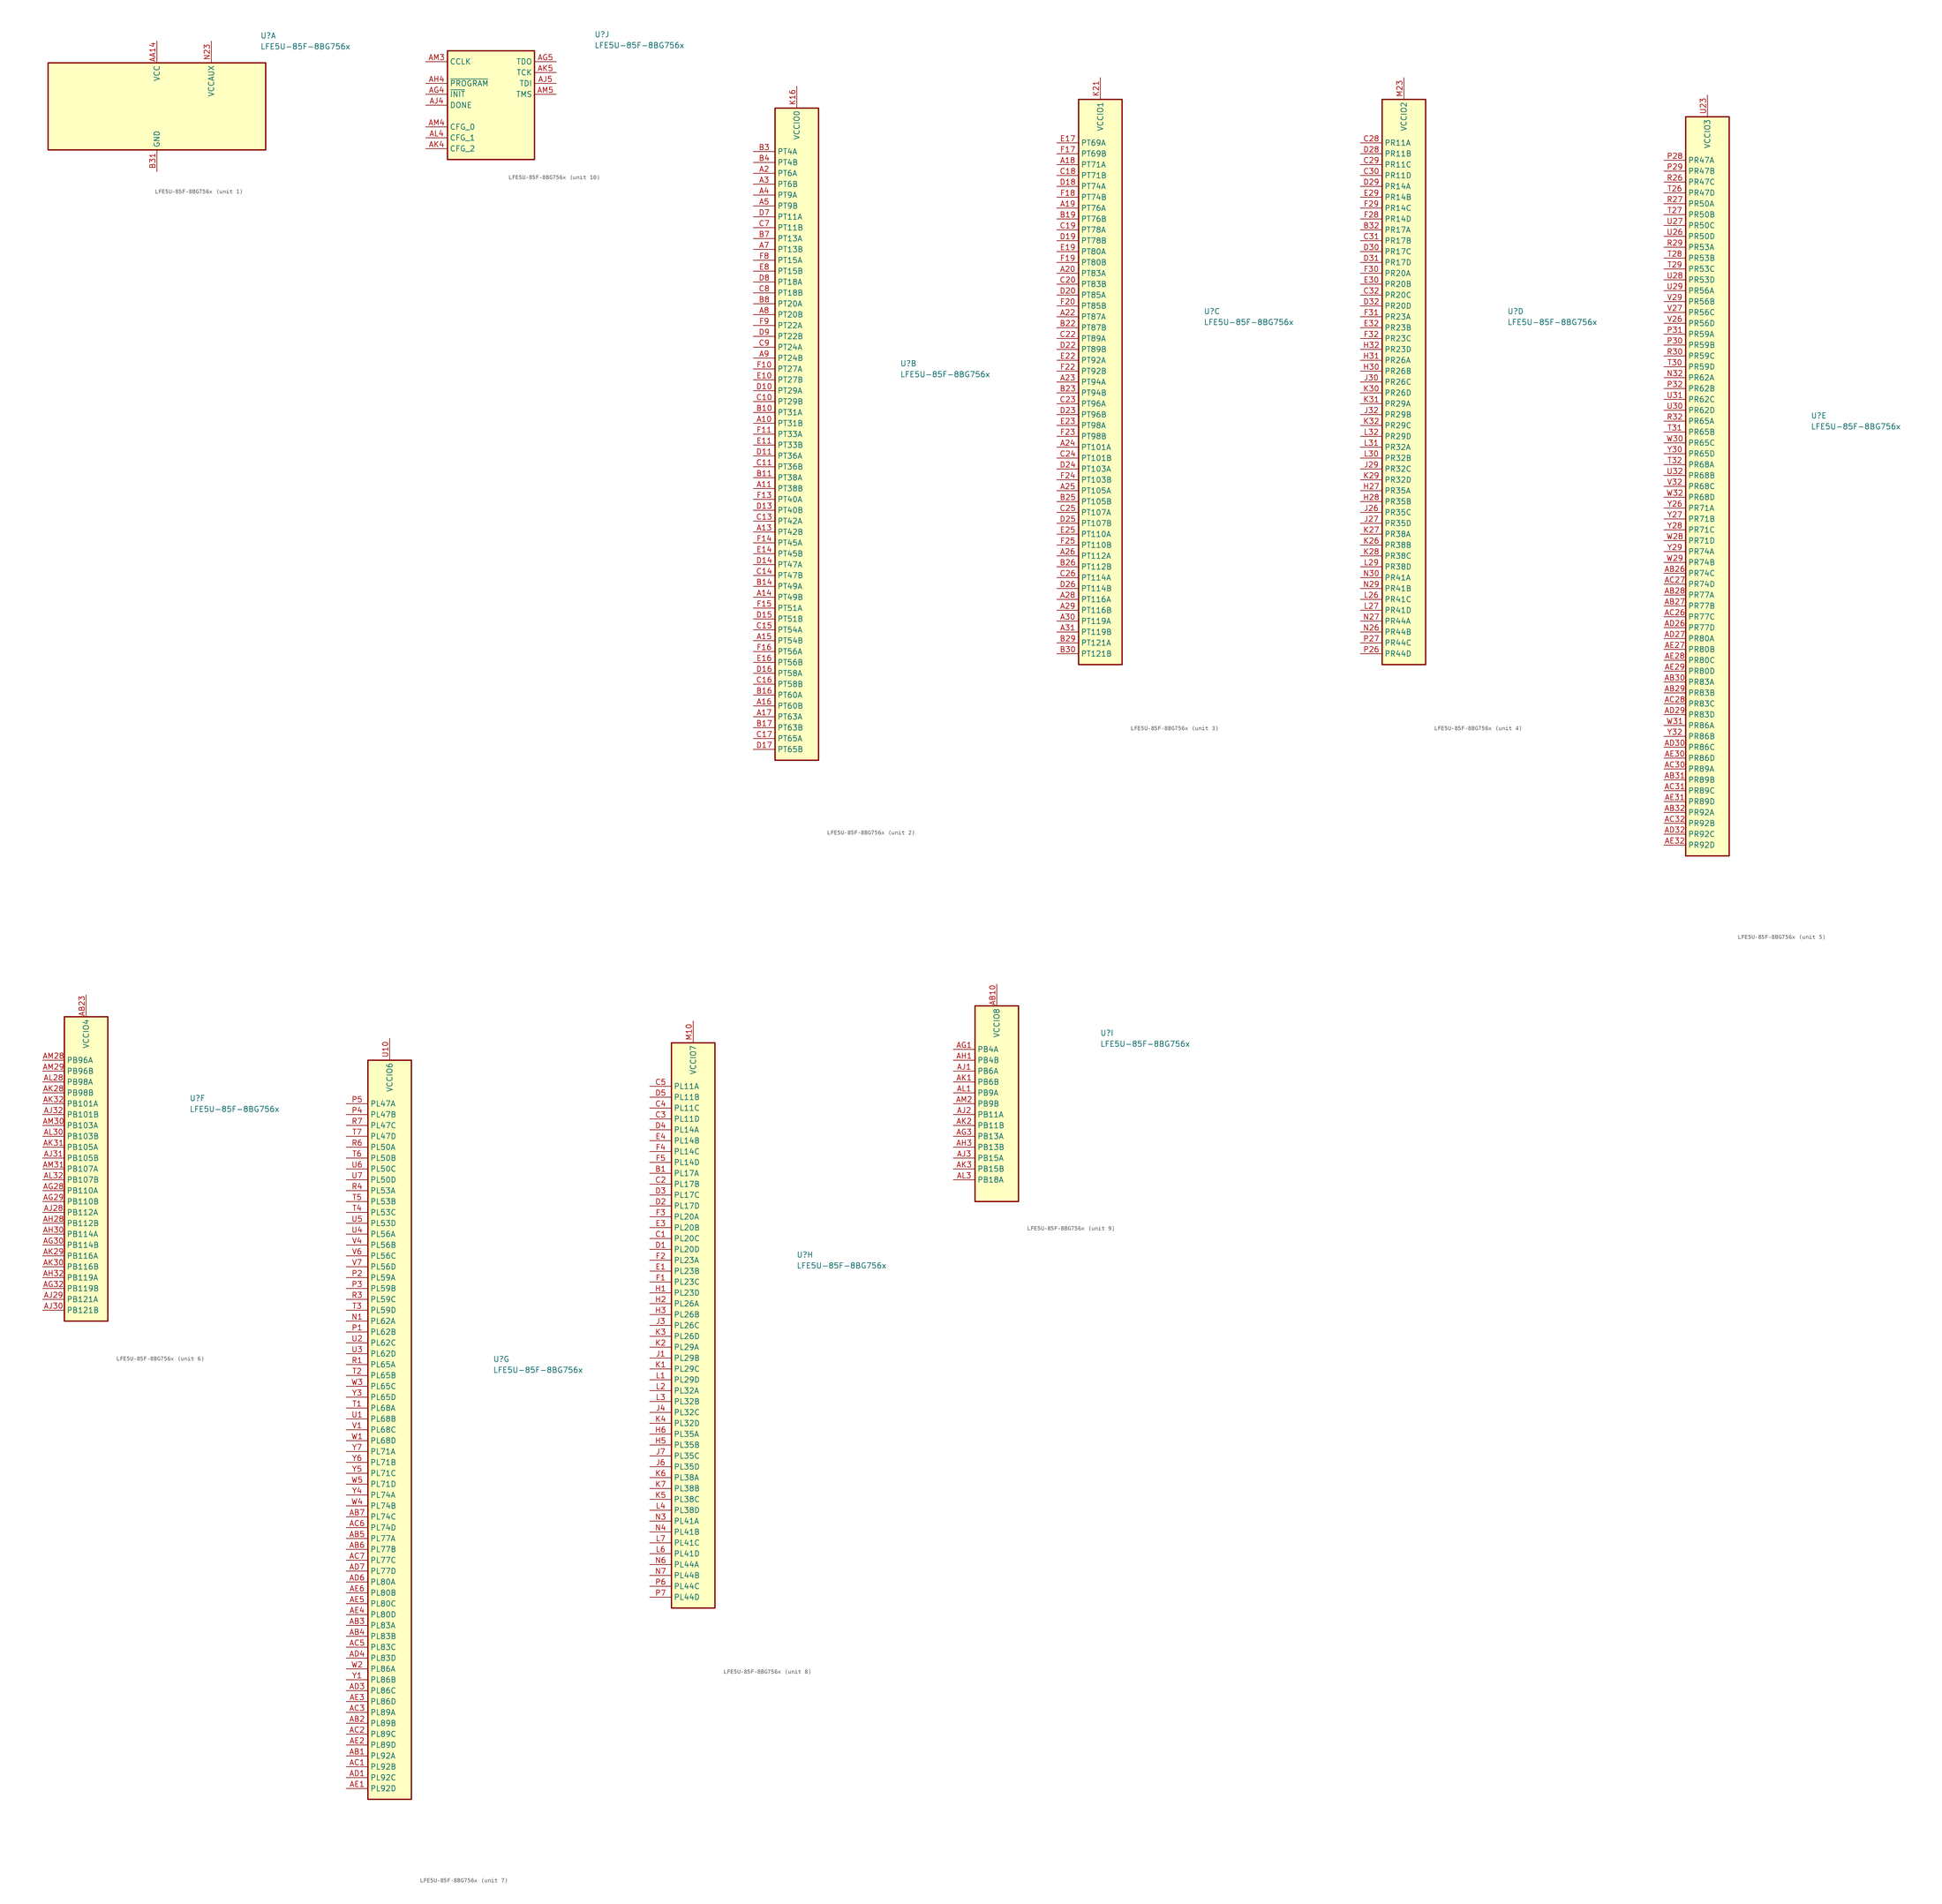
<source format=kicad_sym>
(kicad_symbol_lib
  (version 20241209)
  (generator "kicad_symbol_editor")
  (generator_version "9.0")
  (symbol "LFE5U-85F-8BG756x"
    (property "Reference" "U"
      (at 24.13 16.51 0)
      (effects (font (size 1.27 1.27)) (justify left)))
    (property "Value" "LFE5U-85F-8BG756x"
      (at 24.13 13.97 0)
      (effects (font (size 1.27 1.27)) (justify left)))
    (property "ki_locked" ""
      (at 0 0 0)
      (effects (font (size 1.27 1.27))))
    (symbol "LFE5U-85F-8BG756x_1_1"
      (rectangle (start -25.4 10.16) (end 25.4 -10.16) (stroke (width 0.305) (type default)) (fill (type background)))
      (pin no_connect line (at -25.4 2.54 0) (length 5.08) hide (name "RESERVED" (effects (font (size 1.27 1.27)))) (number "AK9" (effects (font (size 1.27 1.27)))))
      (pin no_connect line (at -25.4 0 0) (length 5.08) hide (name "RESERVED" (effects (font (size 1.27 1.27)))) (number "AK10" (effects (font (size 1.27 1.27)))))
      (pin no_connect line (at -25.4 -2.54 0) (length 5.08) hide (name "RESERVED" (effects (font (size 1.27 1.27)))) (number "AK12" (effects (font (size 1.27 1.27)))))
      (pin no_connect line (at -25.4 -5.08 0) (length 5.08) hide (name "RESERVED" (effects (font (size 1.27 1.27)))) (number "AK13" (effects (font (size 1.27 1.27)))))
      (pin no_connect line (at -22.86 -10.16 90) (length 5.08) hide (name "NC" (effects (font (size 1.27 1.27)))) (number "G15" (effects (font (size 1.27 1.27)))))
      (pin no_connect line (at -20.32 -10.16 90) (length 5.08) hide (name "NC" (effects (font (size 1.27 1.27)))) (number "G14" (effects (font (size 1.27 1.27)))))
      (pin no_connect line (at -17.78 -10.16 90) (length 5.08) hide (name "NC" (effects (font (size 1.27 1.27)))) (number "AG24" (effects (font (size 1.27 1.27)))))
      (pin no_connect line (at -15.24 -10.16 90) (length 5.08) hide (name "NC" (effects (font (size 1.27 1.27)))) (number "G23" (effects (font (size 1.27 1.27)))))
      (pin no_connect line (at -12.7 -10.16 90) (length 5.08) hide (name "NC" (effects (font (size 1.27 1.27)))) (number "G22" (effects (font (size 1.27 1.27)))))
      (pin no_connect line (at -10.16 -10.16 90) (length 5.08) hide (name "NC" (effects (font (size 1.27 1.27)))) (number "G19" (effects (font (size 1.27 1.27)))))
      (pin no_connect line (at -7.62 -10.16 90) (length 5.08) hide (name "NC" (effects (font (size 1.27 1.27)))) (number "G18" (effects (font (size 1.27 1.27)))))
      (pin no_connect line (at -5.08 -10.16 90) (length 5.08) hide (name "NC" (effects (font (size 1.27 1.27)))) (number "G17" (effects (font (size 1.27 1.27)))))
      (pin no_connect line (at -2.54 10.16 270) (length 5.08) hide (name "NC" (effects (font (size 1.27 1.27)))) (number "G9" (effects (font (size 1.27 1.27)))))
      (pin no_connect line (at -2.54 -10.16 90) (length 5.08) hide (name "NC" (effects (font (size 1.27 1.27)))) (number "G16" (effects (font (size 1.27 1.27)))))
      (pin passive line (at 0 15.24 270) (length 5.08) hide (name "VCC" (effects (font (size 1.27 1.27)))) (number "AA12" (effects (font (size 1.27 1.27)))))
      (pin passive line (at 0 15.24 270) (length 5.08) hide (name "VCC" (effects (font (size 1.27 1.27)))) (number "AA13" (effects (font (size 1.27 1.27)))))
      (pin power_in line (at 0 15.24 270) (length 5.08) (name "VCC" (effects (font (size 1.27 1.27)))) (number "AA14" (effects (font (size 1.27 1.27)))))
      (pin passive line (at 0 15.24 270) (length 5.08) hide (name "VCC" (effects (font (size 1.27 1.27)))) (number "AA15" (effects (font (size 1.27 1.27)))))
      (pin passive line (at 0 15.24 270) (length 5.08) hide (name "VCC" (effects (font (size 1.27 1.27)))) (number "AA16" (effects (font (size 1.27 1.27)))))
      (pin passive line (at 0 15.24 270) (length 5.08) hide (name "VCC" (effects (font (size 1.27 1.27)))) (number "AA17" (effects (font (size 1.27 1.27)))))
      (pin passive line (at 0 15.24 270) (length 5.08) hide (name "VCC" (effects (font (size 1.27 1.27)))) (number "AA18" (effects (font (size 1.27 1.27)))))
      (pin passive line (at 0 15.24 270) (length 5.08) hide (name "VCC" (effects (font (size 1.27 1.27)))) (number "AA19" (effects (font (size 1.27 1.27)))))
      (pin passive line (at 0 15.24 270) (length 5.08) hide (name "VCC" (effects (font (size 1.27 1.27)))) (number "AA20" (effects (font (size 1.27 1.27)))))
      (pin passive line (at 0 15.24 270) (length 5.08) hide (name "VCC" (effects (font (size 1.27 1.27)))) (number "AA21" (effects (font (size 1.27 1.27)))))
      (pin passive line (at 0 15.24 270) (length 5.08) hide (name "VCC" (effects (font (size 1.27 1.27)))) (number "M12" (effects (font (size 1.27 1.27)))))
      (pin passive line (at 0 15.24 270) (length 5.08) hide (name "VCC" (effects (font (size 1.27 1.27)))) (number "M13" (effects (font (size 1.27 1.27)))))
      (pin passive line (at 0 15.24 270) (length 5.08) hide (name "VCC" (effects (font (size 1.27 1.27)))) (number "M14" (effects (font (size 1.27 1.27)))))
      (pin passive line (at 0 15.24 270) (length 5.08) hide (name "VCC" (effects (font (size 1.27 1.27)))) (number "M15" (effects (font (size 1.27 1.27)))))
      (pin passive line (at 0 15.24 270) (length 5.08) hide (name "VCC" (effects (font (size 1.27 1.27)))) (number "M16" (effects (font (size 1.27 1.27)))))
      (pin passive line (at 0 15.24 270) (length 5.08) hide (name "VCC" (effects (font (size 1.27 1.27)))) (number "M17" (effects (font (size 1.27 1.27)))))
      (pin passive line (at 0 15.24 270) (length 5.08) hide (name "VCC" (effects (font (size 1.27 1.27)))) (number "M18" (effects (font (size 1.27 1.27)))))
      (pin passive line (at 0 15.24 270) (length 5.08) hide (name "VCC" (effects (font (size 1.27 1.27)))) (number "M19" (effects (font (size 1.27 1.27)))))
      (pin passive line (at 0 15.24 270) (length 5.08) hide (name "VCC" (effects (font (size 1.27 1.27)))) (number "M20" (effects (font (size 1.27 1.27)))))
      (pin passive line (at 0 15.24 270) (length 5.08) hide (name "VCC" (effects (font (size 1.27 1.27)))) (number "M21" (effects (font (size 1.27 1.27)))))
      (pin passive line (at 0 15.24 270) (length 5.08) hide (name "VCC" (effects (font (size 1.27 1.27)))) (number "N12" (effects (font (size 1.27 1.27)))))
      (pin passive line (at 0 15.24 270) (length 5.08) hide (name "VCC" (effects (font (size 1.27 1.27)))) (number "N21" (effects (font (size 1.27 1.27)))))
      (pin passive line (at 0 15.24 270) (length 5.08) hide (name "VCC" (effects (font (size 1.27 1.27)))) (number "P12" (effects (font (size 1.27 1.27)))))
      (pin passive line (at 0 15.24 270) (length 5.08) hide (name "VCC" (effects (font (size 1.27 1.27)))) (number "P21" (effects (font (size 1.27 1.27)))))
      (pin passive line (at 0 15.24 270) (length 5.08) hide (name "VCC" (effects (font (size 1.27 1.27)))) (number "R12" (effects (font (size 1.27 1.27)))))
      (pin passive line (at 0 15.24 270) (length 5.08) hide (name "VCC" (effects (font (size 1.27 1.27)))) (number "R21" (effects (font (size 1.27 1.27)))))
      (pin passive line (at 0 15.24 270) (length 5.08) hide (name "VCC" (effects (font (size 1.27 1.27)))) (number "T12" (effects (font (size 1.27 1.27)))))
      (pin passive line (at 0 15.24 270) (length 5.08) hide (name "VCC" (effects (font (size 1.27 1.27)))) (number "T21" (effects (font (size 1.27 1.27)))))
      (pin passive line (at 0 15.24 270) (length 5.08) hide (name "VCC" (effects (font (size 1.27 1.27)))) (number "U12" (effects (font (size 1.27 1.27)))))
      (pin passive line (at 0 15.24 270) (length 5.08) hide (name "VCC" (effects (font (size 1.27 1.27)))) (number "U21" (effects (font (size 1.27 1.27)))))
      (pin passive line (at 0 15.24 270) (length 5.08) hide (name "VCC" (effects (font (size 1.27 1.27)))) (number "V12" (effects (font (size 1.27 1.27)))))
      (pin passive line (at 0 15.24 270) (length 5.08) hide (name "VCC" (effects (font (size 1.27 1.27)))) (number "V21" (effects (font (size 1.27 1.27)))))
      (pin passive line (at 0 15.24 270) (length 5.08) hide (name "VCC" (effects (font (size 1.27 1.27)))) (number "W12" (effects (font (size 1.27 1.27)))))
      (pin passive line (at 0 15.24 270) (length 5.08) hide (name "VCC" (effects (font (size 1.27 1.27)))) (number "W21" (effects (font (size 1.27 1.27)))))
      (pin passive line (at 0 15.24 270) (length 5.08) hide (name "VCC" (effects (font (size 1.27 1.27)))) (number "Y12" (effects (font (size 1.27 1.27)))))
      (pin passive line (at 0 15.24 270) (length 5.08) hide (name "VCC" (effects (font (size 1.27 1.27)))) (number "Y21" (effects (font (size 1.27 1.27)))))
      (pin passive line (at 0 -15.24 90) (length 5.08) hide (name "GND" (effects (font (size 1.27 1.27)))) (number "AA11" (effects (font (size 1.27 1.27)))))
      (pin passive line (at 0 -15.24 90) (length 5.08) hide (name "GND" (effects (font (size 1.27 1.27)))) (number "AA22" (effects (font (size 1.27 1.27)))))
      (pin passive line (at 0 -15.24 90) (length 5.08) hide (name "GND" (effects (font (size 1.27 1.27)))) (number "AB11" (effects (font (size 1.27 1.27)))))
      (pin passive line (at 0 -15.24 90) (length 5.08) hide (name "GND" (effects (font (size 1.27 1.27)))) (number "AB12" (effects (font (size 1.27 1.27)))))
      (pin passive line (at 0 -15.24 90) (length 5.08) hide (name "GND" (effects (font (size 1.27 1.27)))) (number "AB13" (effects (font (size 1.27 1.27)))))
      (pin passive line (at 0 -15.24 90) (length 5.08) hide (name "GND" (effects (font (size 1.27 1.27)))) (number "AB14" (effects (font (size 1.27 1.27)))))
      (pin passive line (at 0 -15.24 90) (length 5.08) hide (name "GND" (effects (font (size 1.27 1.27)))) (number "AB15" (effects (font (size 1.27 1.27)))))
      (pin passive line (at 0 -15.24 90) (length 5.08) hide (name "GND" (effects (font (size 1.27 1.27)))) (number "AB16" (effects (font (size 1.27 1.27)))))
      (pin passive line (at 0 -15.24 90) (length 5.08) hide (name "GND" (effects (font (size 1.27 1.27)))) (number "AB17" (effects (font (size 1.27 1.27)))))
      (pin passive line (at 0 -15.24 90) (length 5.08) hide (name "GND" (effects (font (size 1.27 1.27)))) (number "AB18" (effects (font (size 1.27 1.27)))))
      (pin passive line (at 0 -15.24 90) (length 5.08) hide (name "GND" (effects (font (size 1.27 1.27)))) (number "AB19" (effects (font (size 1.27 1.27)))))
      (pin passive line (at 0 -15.24 90) (length 5.08) hide (name "GND" (effects (font (size 1.27 1.27)))) (number "AB20" (effects (font (size 1.27 1.27)))))
      (pin passive line (at 0 -15.24 90) (length 5.08) hide (name "GND" (effects (font (size 1.27 1.27)))) (number "AB21" (effects (font (size 1.27 1.27)))))
      (pin passive line (at 0 -15.24 90) (length 5.08) hide (name "GND" (effects (font (size 1.27 1.27)))) (number "AB22" (effects (font (size 1.27 1.27)))))
      (pin passive line (at 0 -15.24 90) (length 5.08) hide (name "GND" (effects (font (size 1.27 1.27)))) (number "AC12" (effects (font (size 1.27 1.27)))))
      (pin passive line (at 0 -15.24 90) (length 5.08) hide (name "GND" (effects (font (size 1.27 1.27)))) (number "AC13" (effects (font (size 1.27 1.27)))))
      (pin passive line (at 0 -15.24 90) (length 5.08) hide (name "GND" (effects (font (size 1.27 1.27)))) (number "AC14" (effects (font (size 1.27 1.27)))))
      (pin passive line (at 0 -15.24 90) (length 5.08) hide (name "GND" (effects (font (size 1.27 1.27)))) (number "AC15" (effects (font (size 1.27 1.27)))))
      (pin passive line (at 0 -15.24 90) (length 5.08) hide (name "GND" (effects (font (size 1.27 1.27)))) (number "AC16" (effects (font (size 1.27 1.27)))))
      (pin passive line (at 0 -15.24 90) (length 5.08) hide (name "GND" (effects (font (size 1.27 1.27)))) (number "AC17" (effects (font (size 1.27 1.27)))))
      (pin passive line (at 0 -15.24 90) (length 5.08) hide (name "GND" (effects (font (size 1.27 1.27)))) (number "AC18" (effects (font (size 1.27 1.27)))))
      (pin passive line (at 0 -15.24 90) (length 5.08) hide (name "GND" (effects (font (size 1.27 1.27)))) (number "AC19" (effects (font (size 1.27 1.27)))))
      (pin passive line (at 0 -15.24 90) (length 5.08) hide (name "GND" (effects (font (size 1.27 1.27)))) (number "AC20" (effects (font (size 1.27 1.27)))))
      (pin passive line (at 0 -15.24 90) (length 5.08) hide (name "GND" (effects (font (size 1.27 1.27)))) (number "AC21" (effects (font (size 1.27 1.27)))))
      (pin passive line (at 0 -15.24 90) (length 5.08) hide (name "GND" (effects (font (size 1.27 1.27)))) (number "AD2" (effects (font (size 1.27 1.27)))))
      (pin passive line (at 0 -15.24 90) (length 5.08) hide (name "GND" (effects (font (size 1.27 1.27)))) (number "AD28" (effects (font (size 1.27 1.27)))))
      (pin passive line (at 0 -15.24 90) (length 5.08) hide (name "GND" (effects (font (size 1.27 1.27)))) (number "AD31" (effects (font (size 1.27 1.27)))))
      (pin passive line (at 0 -15.24 90) (length 5.08) hide (name "GND" (effects (font (size 1.27 1.27)))) (number "AD5" (effects (font (size 1.27 1.27)))))
      (pin passive line (at 0 -15.24 90) (length 5.08) hide (name "GND" (effects (font (size 1.27 1.27)))) (number "AF11" (effects (font (size 1.27 1.27)))))
      (pin passive line (at 0 -15.24 90) (length 5.08) hide (name "GND" (effects (font (size 1.27 1.27)))) (number "AF12" (effects (font (size 1.27 1.27)))))
      (pin passive line (at 0 -15.24 90) (length 5.08) hide (name "GND" (effects (font (size 1.27 1.27)))) (number "AF14" (effects (font (size 1.27 1.27)))))
      (pin passive line (at 0 -15.24 90) (length 5.08) hide (name "GND" (effects (font (size 1.27 1.27)))) (number "AF15" (effects (font (size 1.27 1.27)))))
      (pin passive line (at 0 -15.24 90) (length 5.08) hide (name "GND" (effects (font (size 1.27 1.27)))) (number "AF16" (effects (font (size 1.27 1.27)))))
      (pin passive line (at 0 -15.24 90) (length 5.08) hide (name "GND" (effects (font (size 1.27 1.27)))) (number "AF17" (effects (font (size 1.27 1.27)))))
      (pin passive line (at 0 -15.24 90) (length 5.08) hide (name "GND" (effects (font (size 1.27 1.27)))) (number "AF19" (effects (font (size 1.27 1.27)))))
      (pin passive line (at 0 -15.24 90) (length 5.08) hide (name "GND" (effects (font (size 1.27 1.27)))) (number "AF20" (effects (font (size 1.27 1.27)))))
      (pin passive line (at 0 -15.24 90) (length 5.08) hide (name "GND" (effects (font (size 1.27 1.27)))) (number "AF22" (effects (font (size 1.27 1.27)))))
      (pin passive line (at 0 -15.24 90) (length 5.08) hide (name "GND" (effects (font (size 1.27 1.27)))) (number "AF23" (effects (font (size 1.27 1.27)))))
      (pin passive line (at 0 -15.24 90) (length 5.08) hide (name "GND" (effects (font (size 1.27 1.27)))) (number "AG11" (effects (font (size 1.27 1.27)))))
      (pin passive line (at 0 -15.24 90) (length 5.08) hide (name "GND" (effects (font (size 1.27 1.27)))) (number "AG12" (effects (font (size 1.27 1.27)))))
      (pin passive line (at 0 -15.24 90) (length 5.08) hide (name "GND" (effects (font (size 1.27 1.27)))) (number "AG14" (effects (font (size 1.27 1.27)))))
      (pin passive line (at 0 -15.24 90) (length 5.08) hide (name "GND" (effects (font (size 1.27 1.27)))) (number "AG15" (effects (font (size 1.27 1.27)))))
      (pin passive line (at 0 -15.24 90) (length 5.08) hide (name "GND" (effects (font (size 1.27 1.27)))) (number "AG16" (effects (font (size 1.27 1.27)))))
      (pin passive line (at 0 -15.24 90) (length 5.08) hide (name "GND" (effects (font (size 1.27 1.27)))) (number "AG17" (effects (font (size 1.27 1.27)))))
      (pin passive line (at 0 -15.24 90) (length 5.08) hide (name "GND" (effects (font (size 1.27 1.27)))) (number "AG19" (effects (font (size 1.27 1.27)))))
      (pin passive line (at 0 -15.24 90) (length 5.08) hide (name "GND" (effects (font (size 1.27 1.27)))) (number "AG20" (effects (font (size 1.27 1.27)))))
      (pin passive line (at 0 -15.24 90) (length 5.08) hide (name "GND" (effects (font (size 1.27 1.27)))) (number "AG22" (effects (font (size 1.27 1.27)))))
      (pin passive line (at 0 -15.24 90) (length 5.08) hide (name "GND" (effects (font (size 1.27 1.27)))) (number "AG23" (effects (font (size 1.27 1.27)))))
      (pin passive line (at 0 -15.24 90) (length 5.08) hide (name "GND" (effects (font (size 1.27 1.27)))) (number "AG9" (effects (font (size 1.27 1.27)))))
      (pin passive line (at 0 -15.24 90) (length 5.08) hide (name "GND" (effects (font (size 1.27 1.27)))) (number "AH11" (effects (font (size 1.27 1.27)))))
      (pin passive line (at 0 -15.24 90) (length 5.08) hide (name "GND" (effects (font (size 1.27 1.27)))) (number "AH12" (effects (font (size 1.27 1.27)))))
      (pin passive line (at 0 -15.24 90) (length 5.08) hide (name "GND" (effects (font (size 1.27 1.27)))) (number "AH14" (effects (font (size 1.27 1.27)))))
      (pin passive line (at 0 -15.24 90) (length 5.08) hide (name "GND" (effects (font (size 1.27 1.27)))) (number "AH15" (effects (font (size 1.27 1.27)))))
      (pin passive line (at 0 -15.24 90) (length 5.08) hide (name "GND" (effects (font (size 1.27 1.27)))) (number "AH16" (effects (font (size 1.27 1.27)))))
      (pin passive line (at 0 -15.24 90) (length 5.08) hide (name "GND" (effects (font (size 1.27 1.27)))) (number "AH17" (effects (font (size 1.27 1.27)))))
      (pin passive line (at 0 -15.24 90) (length 5.08) hide (name "GND" (effects (font (size 1.27 1.27)))) (number "AH19" (effects (font (size 1.27 1.27)))))
      (pin passive line (at 0 -15.24 90) (length 5.08) hide (name "GND" (effects (font (size 1.27 1.27)))) (number "AH2" (effects (font (size 1.27 1.27)))))
      (pin passive line (at 0 -15.24 90) (length 5.08) hide (name "GND" (effects (font (size 1.27 1.27)))) (number "AH20" (effects (font (size 1.27 1.27)))))
      (pin passive line (at 0 -15.24 90) (length 5.08) hide (name "GND" (effects (font (size 1.27 1.27)))) (number "AH22" (effects (font (size 1.27 1.27)))))
      (pin passive line (at 0 -15.24 90) (length 5.08) hide (name "GND" (effects (font (size 1.27 1.27)))) (number "AH23" (effects (font (size 1.27 1.27)))))
      (pin passive line (at 0 -15.24 90) (length 5.08) hide (name "GND" (effects (font (size 1.27 1.27)))) (number "AH24" (effects (font (size 1.27 1.27)))))
      (pin passive line (at 0 -15.24 90) (length 5.08) hide (name "GND" (effects (font (size 1.27 1.27)))) (number "AH25" (effects (font (size 1.27 1.27)))))
      (pin passive line (at 0 -15.24 90) (length 5.08) hide (name "GND" (effects (font (size 1.27 1.27)))) (number "AH26" (effects (font (size 1.27 1.27)))))
      (pin passive line (at 0 -15.24 90) (length 5.08) hide (name "GND" (effects (font (size 1.27 1.27)))) (number "AH29" (effects (font (size 1.27 1.27)))))
      (pin passive line (at 0 -15.24 90) (length 5.08) hide (name "GND" (effects (font (size 1.27 1.27)))) (number "AH31" (effects (font (size 1.27 1.27)))))
      (pin passive line (at 0 -15.24 90) (length 5.08) hide (name "GND" (effects (font (size 1.27 1.27)))) (number "AH5" (effects (font (size 1.27 1.27)))))
      (pin passive line (at 0 -15.24 90) (length 5.08) hide (name "GND" (effects (font (size 1.27 1.27)))) (number "AH7" (effects (font (size 1.27 1.27)))))
      (pin passive line (at 0 -15.24 90) (length 5.08) hide (name "GND" (effects (font (size 1.27 1.27)))) (number "AH8" (effects (font (size 1.27 1.27)))))
      (pin passive line (at 0 -15.24 90) (length 5.08) hide (name "GND" (effects (font (size 1.27 1.27)))) (number "AH9" (effects (font (size 1.27 1.27)))))
      (pin passive line (at 0 -15.24 90) (length 5.08) hide (name "GND" (effects (font (size 1.27 1.27)))) (number "AJ10" (effects (font (size 1.27 1.27)))))
      (pin passive line (at 0 -15.24 90) (length 5.08) hide (name "GND" (effects (font (size 1.27 1.27)))) (number "AJ11" (effects (font (size 1.27 1.27)))))
      (pin passive line (at 0 -15.24 90) (length 5.08) hide (name "GND" (effects (font (size 1.27 1.27)))) (number "AJ12" (effects (font (size 1.27 1.27)))))
      (pin passive line (at 0 -15.24 90) (length 5.08) hide (name "GND" (effects (font (size 1.27 1.27)))) (number "AJ13" (effects (font (size 1.27 1.27)))))
      (pin passive line (at 0 -15.24 90) (length 5.08) hide (name "GND" (effects (font (size 1.27 1.27)))) (number "AJ14" (effects (font (size 1.27 1.27)))))
      (pin passive line (at 0 -15.24 90) (length 5.08) hide (name "GND" (effects (font (size 1.27 1.27)))) (number "AJ15" (effects (font (size 1.27 1.27)))))
      (pin passive line (at 0 -15.24 90) (length 5.08) hide (name "GND" (effects (font (size 1.27 1.27)))) (number "AJ16" (effects (font (size 1.27 1.27)))))
      (pin passive line (at 0 -15.24 90) (length 5.08) hide (name "GND" (effects (font (size 1.27 1.27)))) (number "AJ17" (effects (font (size 1.27 1.27)))))
      (pin passive line (at 0 -15.24 90) (length 5.08) hide (name "GND" (effects (font (size 1.27 1.27)))) (number "AJ18" (effects (font (size 1.27 1.27)))))
      (pin passive line (at 0 -15.24 90) (length 5.08) hide (name "GND" (effects (font (size 1.27 1.27)))) (number "AJ19" (effects (font (size 1.27 1.27)))))
      (pin passive line (at 0 -15.24 90) (length 5.08) hide (name "GND" (effects (font (size 1.27 1.27)))) (number "AJ20" (effects (font (size 1.27 1.27)))))
      (pin passive line (at 0 -15.24 90) (length 5.08) hide (name "GND" (effects (font (size 1.27 1.27)))) (number "AJ21" (effects (font (size 1.27 1.27)))))
      (pin passive line (at 0 -15.24 90) (length 5.08) hide (name "GND" (effects (font (size 1.27 1.27)))) (number "AJ22" (effects (font (size 1.27 1.27)))))
      (pin passive line (at 0 -15.24 90) (length 5.08) hide (name "GND" (effects (font (size 1.27 1.27)))) (number "AJ23" (effects (font (size 1.27 1.27)))))
      (pin passive line (at 0 -15.24 90) (length 5.08) hide (name "GND" (effects (font (size 1.27 1.27)))) (number "AJ24" (effects (font (size 1.27 1.27)))))
      (pin passive line (at 0 -15.24 90) (length 5.08) hide (name "GND" (effects (font (size 1.27 1.27)))) (number "AJ25" (effects (font (size 1.27 1.27)))))
      (pin passive line (at 0 -15.24 90) (length 5.08) hide (name "GND" (effects (font (size 1.27 1.27)))) (number "AJ26" (effects (font (size 1.27 1.27)))))
      (pin passive line (at 0 -15.24 90) (length 5.08) hide (name "GND" (effects (font (size 1.27 1.27)))) (number "AJ7" (effects (font (size 1.27 1.27)))))
      (pin passive line (at 0 -15.24 90) (length 5.08) hide (name "GND" (effects (font (size 1.27 1.27)))) (number "AJ8" (effects (font (size 1.27 1.27)))))
      (pin passive line (at 0 -15.24 90) (length 5.08) hide (name "GND" (effects (font (size 1.27 1.27)))) (number "AJ9" (effects (font (size 1.27 1.27)))))
      (pin passive line (at 0 -15.24 90) (length 5.08) hide (name "GND" (effects (font (size 1.27 1.27)))) (number "AK11" (effects (font (size 1.27 1.27)))))
      (pin passive line (at 0 -15.24 90) (length 5.08) hide (name "GND" (effects (font (size 1.27 1.27)))) (number "AK14" (effects (font (size 1.27 1.27)))))
      (pin passive line (at 0 -15.24 90) (length 5.08) hide (name "GND" (effects (font (size 1.27 1.27)))) (number "AK17" (effects (font (size 1.27 1.27)))))
      (pin passive line (at 0 -15.24 90) (length 5.08) hide (name "GND" (effects (font (size 1.27 1.27)))) (number "AK20" (effects (font (size 1.27 1.27)))))
      (pin passive line (at 0 -15.24 90) (length 5.08) hide (name "GND" (effects (font (size 1.27 1.27)))) (number "AK23" (effects (font (size 1.27 1.27)))))
      (pin passive line (at 0 -15.24 90) (length 5.08) hide (name "GND" (effects (font (size 1.27 1.27)))) (number "AK26" (effects (font (size 1.27 1.27)))))
      (pin passive line (at 0 -15.24 90) (length 5.08) hide (name "GND" (effects (font (size 1.27 1.27)))) (number "AK7" (effects (font (size 1.27 1.27)))))
      (pin passive line (at 0 -15.24 90) (length 5.08) hide (name "GND" (effects (font (size 1.27 1.27)))) (number "AK8" (effects (font (size 1.27 1.27)))))
      (pin passive line (at 0 -15.24 90) (length 5.08) hide (name "GND" (effects (font (size 1.27 1.27)))) (number "AL11" (effects (font (size 1.27 1.27)))))
      (pin passive line (at 0 -15.24 90) (length 5.08) hide (name "GND" (effects (font (size 1.27 1.27)))) (number "AL12" (effects (font (size 1.27 1.27)))))
      (pin passive line (at 0 -15.24 90) (length 5.08) hide (name "GND" (effects (font (size 1.27 1.27)))) (number "AL14" (effects (font (size 1.27 1.27)))))
      (pin passive line (at 0 -15.24 90) (length 5.08) hide (name "GND" (effects (font (size 1.27 1.27)))) (number "AL15" (effects (font (size 1.27 1.27)))))
      (pin passive line (at 0 -15.24 90) (length 5.08) hide (name "GND" (effects (font (size 1.27 1.27)))) (number "AL17" (effects (font (size 1.27 1.27)))))
      (pin passive line (at 0 -15.24 90) (length 5.08) hide (name "GND" (effects (font (size 1.27 1.27)))) (number "AL18" (effects (font (size 1.27 1.27)))))
      (pin passive line (at 0 -15.24 90) (length 5.08) hide (name "GND" (effects (font (size 1.27 1.27)))) (number "AL2" (effects (font (size 1.27 1.27)))))
      (pin passive line (at 0 -15.24 90) (length 5.08) hide (name "GND" (effects (font (size 1.27 1.27)))) (number "AL20" (effects (font (size 1.27 1.27)))))
      (pin passive line (at 0 -15.24 90) (length 5.08) hide (name "GND" (effects (font (size 1.27 1.27)))) (number "AL21" (effects (font (size 1.27 1.27)))))
      (pin passive line (at 0 -15.24 90) (length 5.08) hide (name "GND" (effects (font (size 1.27 1.27)))) (number "AL23" (effects (font (size 1.27 1.27)))))
      (pin passive line (at 0 -15.24 90) (length 5.08) hide (name "GND" (effects (font (size 1.27 1.27)))) (number "AL24" (effects (font (size 1.27 1.27)))))
      (pin passive line (at 0 -15.24 90) (length 5.08) hide (name "GND" (effects (font (size 1.27 1.27)))) (number "AL26" (effects (font (size 1.27 1.27)))))
      (pin passive line (at 0 -15.24 90) (length 5.08) hide (name "GND" (effects (font (size 1.27 1.27)))) (number "AL29" (effects (font (size 1.27 1.27)))))
      (pin passive line (at 0 -15.24 90) (length 5.08) hide (name "GND" (effects (font (size 1.27 1.27)))) (number "AL31" (effects (font (size 1.27 1.27)))))
      (pin passive line (at 0 -15.24 90) (length 5.08) hide (name "GND" (effects (font (size 1.27 1.27)))) (number "AL5" (effects (font (size 1.27 1.27)))))
      (pin passive line (at 0 -15.24 90) (length 5.08) hide (name "GND" (effects (font (size 1.27 1.27)))) (number "AL7" (effects (font (size 1.27 1.27)))))
      (pin passive line (at 0 -15.24 90) (length 5.08) hide (name "GND" (effects (font (size 1.27 1.27)))) (number "AL8" (effects (font (size 1.27 1.27)))))
      (pin passive line (at 0 -15.24 90) (length 5.08) hide (name "GND" (effects (font (size 1.27 1.27)))) (number "AL9" (effects (font (size 1.27 1.27)))))
      (pin passive line (at 0 -15.24 90) (length 5.08) hide (name "GND" (effects (font (size 1.27 1.27)))) (number "AM11" (effects (font (size 1.27 1.27)))))
      (pin passive line (at 0 -15.24 90) (length 5.08) hide (name "GND" (effects (font (size 1.27 1.27)))) (number "AM12" (effects (font (size 1.27 1.27)))))
      (pin passive line (at 0 -15.24 90) (length 5.08) hide (name "GND" (effects (font (size 1.27 1.27)))) (number "AM14" (effects (font (size 1.27 1.27)))))
      (pin passive line (at 0 -15.24 90) (length 5.08) hide (name "GND" (effects (font (size 1.27 1.27)))) (number "AM15" (effects (font (size 1.27 1.27)))))
      (pin passive line (at 0 -15.24 90) (length 5.08) hide (name "GND" (effects (font (size 1.27 1.27)))) (number "AM17" (effects (font (size 1.27 1.27)))))
      (pin passive line (at 0 -15.24 90) (length 5.08) hide (name "GND" (effects (font (size 1.27 1.27)))) (number "AM18" (effects (font (size 1.27 1.27)))))
      (pin passive line (at 0 -15.24 90) (length 5.08) hide (name "GND" (effects (font (size 1.27 1.27)))) (number "AM20" (effects (font (size 1.27 1.27)))))
      (pin passive line (at 0 -15.24 90) (length 5.08) hide (name "GND" (effects (font (size 1.27 1.27)))) (number "AM21" (effects (font (size 1.27 1.27)))))
      (pin passive line (at 0 -15.24 90) (length 5.08) hide (name "GND" (effects (font (size 1.27 1.27)))) (number "AM23" (effects (font (size 1.27 1.27)))))
      (pin passive line (at 0 -15.24 90) (length 5.08) hide (name "GND" (effects (font (size 1.27 1.27)))) (number "AM24" (effects (font (size 1.27 1.27)))))
      (pin passive line (at 0 -15.24 90) (length 5.08) hide (name "GND" (effects (font (size 1.27 1.27)))) (number "AM26" (effects (font (size 1.27 1.27)))))
      (pin passive line (at 0 -15.24 90) (length 5.08) hide (name "GND" (effects (font (size 1.27 1.27)))) (number "AM7" (effects (font (size 1.27 1.27)))))
      (pin passive line (at 0 -15.24 90) (length 5.08) hide (name "GND" (effects (font (size 1.27 1.27)))) (number "AM8" (effects (font (size 1.27 1.27)))))
      (pin passive line (at 0 -15.24 90) (length 5.08) hide (name "GND" (effects (font (size 1.27 1.27)))) (number "AM9" (effects (font (size 1.27 1.27)))))
      (pin passive line (at 0 -15.24 90) (length 5.08) hide (name "GND" (effects (font (size 1.27 1.27)))) (number "B13" (effects (font (size 1.27 1.27)))))
      (pin passive line (at 0 -15.24 90) (length 5.08) hide (name "GND" (effects (font (size 1.27 1.27)))) (number "B15" (effects (font (size 1.27 1.27)))))
      (pin passive line (at 0 -15.24 90) (length 5.08) hide (name "GND" (effects (font (size 1.27 1.27)))) (number "B18" (effects (font (size 1.27 1.27)))))
      (pin passive line (at 0 -15.24 90) (length 5.08) hide (name "GND" (effects (font (size 1.27 1.27)))) (number "B2" (effects (font (size 1.27 1.27)))))
      (pin passive line (at 0 -15.24 90) (length 5.08) hide (name "GND" (effects (font (size 1.27 1.27)))) (number "B20" (effects (font (size 1.27 1.27)))))
      (pin passive line (at 0 -15.24 90) (length 5.08) hide (name "GND" (effects (font (size 1.27 1.27)))) (number "B24" (effects (font (size 1.27 1.27)))))
      (pin passive line (at 0 -15.24 90) (length 5.08) hide (name "GND" (effects (font (size 1.27 1.27)))) (number "B28" (effects (font (size 1.27 1.27)))))
      (pin power_in line (at 0 -15.24 90) (length 5.08) (name "GND" (effects (font (size 1.27 1.27)))) (number "B31" (effects (font (size 1.27 1.27)))))
      (pin passive line (at 0 -15.24 90) (length 5.08) hide (name "GND" (effects (font (size 1.27 1.27)))) (number "B5" (effects (font (size 1.27 1.27)))))
      (pin passive line (at 0 -15.24 90) (length 5.08) hide (name "GND" (effects (font (size 1.27 1.27)))) (number "B9" (effects (font (size 1.27 1.27)))))
      (pin passive line (at 0 -15.24 90) (length 5.08) hide (name "GND" (effects (font (size 1.27 1.27)))) (number "E13" (effects (font (size 1.27 1.27)))))
      (pin passive line (at 0 -15.24 90) (length 5.08) hide (name "GND" (effects (font (size 1.27 1.27)))) (number "E15" (effects (font (size 1.27 1.27)))))
      (pin passive line (at 0 -15.24 90) (length 5.08) hide (name "GND" (effects (font (size 1.27 1.27)))) (number "E18" (effects (font (size 1.27 1.27)))))
      (pin passive line (at 0 -15.24 90) (length 5.08) hide (name "GND" (effects (font (size 1.27 1.27)))) (number "E2" (effects (font (size 1.27 1.27)))))
      (pin passive line (at 0 -15.24 90) (length 5.08) hide (name "GND" (effects (font (size 1.27 1.27)))) (number "E20" (effects (font (size 1.27 1.27)))))
      (pin passive line (at 0 -15.24 90) (length 5.08) hide (name "GND" (effects (font (size 1.27 1.27)))) (number "E24" (effects (font (size 1.27 1.27)))))
      (pin passive line (at 0 -15.24 90) (length 5.08) hide (name "GND" (effects (font (size 1.27 1.27)))) (number "E28" (effects (font (size 1.27 1.27)))))
      (pin passive line (at 0 -15.24 90) (length 5.08) hide (name "GND" (effects (font (size 1.27 1.27)))) (number "E31" (effects (font (size 1.27 1.27)))))
      (pin passive line (at 0 -15.24 90) (length 5.08) hide (name "GND" (effects (font (size 1.27 1.27)))) (number "E5" (effects (font (size 1.27 1.27)))))
      (pin passive line (at 0 -15.24 90) (length 5.08) hide (name "GND" (effects (font (size 1.27 1.27)))) (number "E9" (effects (font (size 1.27 1.27)))))
      (pin passive line (at 0 -15.24 90) (length 5.08) hide (name "GND" (effects (font (size 1.27 1.27)))) (number "J2" (effects (font (size 1.27 1.27)))))
      (pin passive line (at 0 -15.24 90) (length 5.08) hide (name "GND" (effects (font (size 1.27 1.27)))) (number "J28" (effects (font (size 1.27 1.27)))))
      (pin passive line (at 0 -15.24 90) (length 5.08) hide (name "GND" (effects (font (size 1.27 1.27)))) (number "J31" (effects (font (size 1.27 1.27)))))
      (pin passive line (at 0 -15.24 90) (length 5.08) hide (name "GND" (effects (font (size 1.27 1.27)))) (number "J5" (effects (font (size 1.27 1.27)))))
      (pin passive line (at 0 -15.24 90) (length 5.08) hide (name "GND" (effects (font (size 1.27 1.27)))) (number "K10" (effects (font (size 1.27 1.27)))))
      (pin passive line (at 0 -15.24 90) (length 5.08) hide (name "GND" (effects (font (size 1.27 1.27)))) (number "K11" (effects (font (size 1.27 1.27)))))
      (pin passive line (at 0 -15.24 90) (length 5.08) hide (name "GND" (effects (font (size 1.27 1.27)))) (number "K22" (effects (font (size 1.27 1.27)))))
      (pin passive line (at 0 -15.24 90) (length 5.08) hide (name "GND" (effects (font (size 1.27 1.27)))) (number "K23" (effects (font (size 1.27 1.27)))))
      (pin passive line (at 0 -15.24 90) (length 5.08) hide (name "GND" (effects (font (size 1.27 1.27)))) (number "L10" (effects (font (size 1.27 1.27)))))
      (pin passive line (at 0 -15.24 90) (length 5.08) hide (name "GND" (effects (font (size 1.27 1.27)))) (number "L11" (effects (font (size 1.27 1.27)))))
      (pin passive line (at 0 -15.24 90) (length 5.08) hide (name "GND" (effects (font (size 1.27 1.27)))) (number "L12" (effects (font (size 1.27 1.27)))))
      (pin passive line (at 0 -15.24 90) (length 5.08) hide (name "GND" (effects (font (size 1.27 1.27)))) (number "L13" (effects (font (size 1.27 1.27)))))
      (pin passive line (at 0 -15.24 90) (length 5.08) hide (name "GND" (effects (font (size 1.27 1.27)))) (number "L14" (effects (font (size 1.27 1.27)))))
      (pin passive line (at 0 -15.24 90) (length 5.08) hide (name "GND" (effects (font (size 1.27 1.27)))) (number "L15" (effects (font (size 1.27 1.27)))))
      (pin passive line (at 0 -15.24 90) (length 5.08) hide (name "GND" (effects (font (size 1.27 1.27)))) (number "L16" (effects (font (size 1.27 1.27)))))
      (pin passive line (at 0 -15.24 90) (length 5.08) hide (name "GND" (effects (font (size 1.27 1.27)))) (number "L17" (effects (font (size 1.27 1.27)))))
      (pin passive line (at 0 -15.24 90) (length 5.08) hide (name "GND" (effects (font (size 1.27 1.27)))) (number "L18" (effects (font (size 1.27 1.27)))))
      (pin passive line (at 0 -15.24 90) (length 5.08) hide (name "GND" (effects (font (size 1.27 1.27)))) (number "L19" (effects (font (size 1.27 1.27)))))
      (pin passive line (at 0 -15.24 90) (length 5.08) hide (name "GND" (effects (font (size 1.27 1.27)))) (number "L20" (effects (font (size 1.27 1.27)))))
      (pin passive line (at 0 -15.24 90) (length 5.08) hide (name "GND" (effects (font (size 1.27 1.27)))) (number "L21" (effects (font (size 1.27 1.27)))))
      (pin passive line (at 0 -15.24 90) (length 5.08) hide (name "GND" (effects (font (size 1.27 1.27)))) (number "L22" (effects (font (size 1.27 1.27)))))
      (pin passive line (at 0 -15.24 90) (length 5.08) hide (name "GND" (effects (font (size 1.27 1.27)))) (number "L23" (effects (font (size 1.27 1.27)))))
      (pin passive line (at 0 -15.24 90) (length 5.08) hide (name "GND" (effects (font (size 1.27 1.27)))) (number "M11" (effects (font (size 1.27 1.27)))))
      (pin passive line (at 0 -15.24 90) (length 5.08) hide (name "GND" (effects (font (size 1.27 1.27)))) (number "M22" (effects (font (size 1.27 1.27)))))
      (pin passive line (at 0 -15.24 90) (length 5.08) hide (name "GND" (effects (font (size 1.27 1.27)))) (number "N11" (effects (font (size 1.27 1.27)))))
      (pin passive line (at 0 -15.24 90) (length 5.08) hide (name "GND" (effects (font (size 1.27 1.27)))) (number "N13" (effects (font (size 1.27 1.27)))))
      (pin passive line (at 0 -15.24 90) (length 5.08) hide (name "GND" (effects (font (size 1.27 1.27)))) (number "N14" (effects (font (size 1.27 1.27)))))
      (pin passive line (at 0 -15.24 90) (length 5.08) hide (name "GND" (effects (font (size 1.27 1.27)))) (number "N15" (effects (font (size 1.27 1.27)))))
      (pin passive line (at 0 -15.24 90) (length 5.08) hide (name "GND" (effects (font (size 1.27 1.27)))) (number "N16" (effects (font (size 1.27 1.27)))))
      (pin passive line (at 0 -15.24 90) (length 5.08) hide (name "GND" (effects (font (size 1.27 1.27)))) (number "N17" (effects (font (size 1.27 1.27)))))
      (pin passive line (at 0 -15.24 90) (length 5.08) hide (name "GND" (effects (font (size 1.27 1.27)))) (number "N18" (effects (font (size 1.27 1.27)))))
      (pin passive line (at 0 -15.24 90) (length 5.08) hide (name "GND" (effects (font (size 1.27 1.27)))) (number "N19" (effects (font (size 1.27 1.27)))))
      (pin passive line (at 0 -15.24 90) (length 5.08) hide (name "GND" (effects (font (size 1.27 1.27)))) (number "N2" (effects (font (size 1.27 1.27)))))
      (pin passive line (at 0 -15.24 90) (length 5.08) hide (name "GND" (effects (font (size 1.27 1.27)))) (number "N20" (effects (font (size 1.27 1.27)))))
      (pin passive line (at 0 -15.24 90) (length 5.08) hide (name "GND" (effects (font (size 1.27 1.27)))) (number "N22" (effects (font (size 1.27 1.27)))))
      (pin passive line (at 0 -15.24 90) (length 5.08) hide (name "GND" (effects (font (size 1.27 1.27)))) (number "N28" (effects (font (size 1.27 1.27)))))
      (pin passive line (at 0 -15.24 90) (length 5.08) hide (name "GND" (effects (font (size 1.27 1.27)))) (number "N31" (effects (font (size 1.27 1.27)))))
      (pin passive line (at 0 -15.24 90) (length 5.08) hide (name "GND" (effects (font (size 1.27 1.27)))) (number "N5" (effects (font (size 1.27 1.27)))))
      (pin passive line (at 0 -15.24 90) (length 5.08) hide (name "GND" (effects (font (size 1.27 1.27)))) (number "P11" (effects (font (size 1.27 1.27)))))
      (pin passive line (at 0 -15.24 90) (length 5.08) hide (name "GND" (effects (font (size 1.27 1.27)))) (number "P13" (effects (font (size 1.27 1.27)))))
      (pin passive line (at 0 -15.24 90) (length 5.08) hide (name "GND" (effects (font (size 1.27 1.27)))) (number "P14" (effects (font (size 1.27 1.27)))))
      (pin passive line (at 0 -15.24 90) (length 5.08) hide (name "GND" (effects (font (size 1.27 1.27)))) (number "P15" (effects (font (size 1.27 1.27)))))
      (pin passive line (at 0 -15.24 90) (length 5.08) hide (name "GND" (effects (font (size 1.27 1.27)))) (number "P16" (effects (font (size 1.27 1.27)))))
      (pin passive line (at 0 -15.24 90) (length 5.08) hide (name "GND" (effects (font (size 1.27 1.27)))) (number "P17" (effects (font (size 1.27 1.27)))))
      (pin passive line (at 0 -15.24 90) (length 5.08) hide (name "GND" (effects (font (size 1.27 1.27)))) (number "P18" (effects (font (size 1.27 1.27)))))
      (pin passive line (at 0 -15.24 90) (length 5.08) hide (name "GND" (effects (font (size 1.27 1.27)))) (number "P19" (effects (font (size 1.27 1.27)))))
      (pin passive line (at 0 -15.24 90) (length 5.08) hide (name "GND" (effects (font (size 1.27 1.27)))) (number "P20" (effects (font (size 1.27 1.27)))))
      (pin passive line (at 0 -15.24 90) (length 5.08) hide (name "GND" (effects (font (size 1.27 1.27)))) (number "P22" (effects (font (size 1.27 1.27)))))
      (pin passive line (at 0 -15.24 90) (length 5.08) hide (name "GND" (effects (font (size 1.27 1.27)))) (number "R11" (effects (font (size 1.27 1.27)))))
      (pin passive line (at 0 -15.24 90) (length 5.08) hide (name "GND" (effects (font (size 1.27 1.27)))) (number "R13" (effects (font (size 1.27 1.27)))))
      (pin passive line (at 0 -15.24 90) (length 5.08) hide (name "GND" (effects (font (size 1.27 1.27)))) (number "R14" (effects (font (size 1.27 1.27)))))
      (pin passive line (at 0 -15.24 90) (length 5.08) hide (name "GND" (effects (font (size 1.27 1.27)))) (number "R15" (effects (font (size 1.27 1.27)))))
      (pin passive line (at 0 -15.24 90) (length 5.08) hide (name "GND" (effects (font (size 1.27 1.27)))) (number "R16" (effects (font (size 1.27 1.27)))))
      (pin passive line (at 0 -15.24 90) (length 5.08) hide (name "GND" (effects (font (size 1.27 1.27)))) (number "R17" (effects (font (size 1.27 1.27)))))
      (pin passive line (at 0 -15.24 90) (length 5.08) hide (name "GND" (effects (font (size 1.27 1.27)))) (number "R18" (effects (font (size 1.27 1.27)))))
      (pin passive line (at 0 -15.24 90) (length 5.08) hide (name "GND" (effects (font (size 1.27 1.27)))) (number "R19" (effects (font (size 1.27 1.27)))))
      (pin passive line (at 0 -15.24 90) (length 5.08) hide (name "GND" (effects (font (size 1.27 1.27)))) (number "R2" (effects (font (size 1.27 1.27)))))
      (pin passive line (at 0 -15.24 90) (length 5.08) hide (name "GND" (effects (font (size 1.27 1.27)))) (number "R20" (effects (font (size 1.27 1.27)))))
      (pin passive line (at 0 -15.24 90) (length 5.08) hide (name "GND" (effects (font (size 1.27 1.27)))) (number "R22" (effects (font (size 1.27 1.27)))))
      (pin passive line (at 0 -15.24 90) (length 5.08) hide (name "GND" (effects (font (size 1.27 1.27)))) (number "R28" (effects (font (size 1.27 1.27)))))
      (pin passive line (at 0 -15.24 90) (length 5.08) hide (name "GND" (effects (font (size 1.27 1.27)))) (number "R31" (effects (font (size 1.27 1.27)))))
      (pin passive line (at 0 -15.24 90) (length 5.08) hide (name "GND" (effects (font (size 1.27 1.27)))) (number "R5" (effects (font (size 1.27 1.27)))))
      (pin passive line (at 0 -15.24 90) (length 5.08) hide (name "GND" (effects (font (size 1.27 1.27)))) (number "T11" (effects (font (size 1.27 1.27)))))
      (pin passive line (at 0 -15.24 90) (length 5.08) hide (name "GND" (effects (font (size 1.27 1.27)))) (number "T13" (effects (font (size 1.27 1.27)))))
      (pin passive line (at 0 -15.24 90) (length 5.08) hide (name "GND" (effects (font (size 1.27 1.27)))) (number "T14" (effects (font (size 1.27 1.27)))))
      (pin passive line (at 0 -15.24 90) (length 5.08) hide (name "GND" (effects (font (size 1.27 1.27)))) (number "T15" (effects (font (size 1.27 1.27)))))
      (pin passive line (at 0 -15.24 90) (length 5.08) hide (name "GND" (effects (font (size 1.27 1.27)))) (number "T16" (effects (font (size 1.27 1.27)))))
      (pin passive line (at 0 -15.24 90) (length 5.08) hide (name "GND" (effects (font (size 1.27 1.27)))) (number "T17" (effects (font (size 1.27 1.27)))))
      (pin passive line (at 0 -15.24 90) (length 5.08) hide (name "GND" (effects (font (size 1.27 1.27)))) (number "T18" (effects (font (size 1.27 1.27)))))
      (pin passive line (at 0 -15.24 90) (length 5.08) hide (name "GND" (effects (font (size 1.27 1.27)))) (number "T19" (effects (font (size 1.27 1.27)))))
      (pin passive line (at 0 -15.24 90) (length 5.08) hide (name "GND" (effects (font (size 1.27 1.27)))) (number "T20" (effects (font (size 1.27 1.27)))))
      (pin passive line (at 0 -15.24 90) (length 5.08) hide (name "GND" (effects (font (size 1.27 1.27)))) (number "T22" (effects (font (size 1.27 1.27)))))
      (pin passive line (at 0 -15.24 90) (length 5.08) hide (name "GND" (effects (font (size 1.27 1.27)))) (number "U11" (effects (font (size 1.27 1.27)))))
      (pin passive line (at 0 -15.24 90) (length 5.08) hide (name "GND" (effects (font (size 1.27 1.27)))) (number "U13" (effects (font (size 1.27 1.27)))))
      (pin passive line (at 0 -15.24 90) (length 5.08) hide (name "GND" (effects (font (size 1.27 1.27)))) (number "U14" (effects (font (size 1.27 1.27)))))
      (pin passive line (at 0 -15.24 90) (length 5.08) hide (name "GND" (effects (font (size 1.27 1.27)))) (number "U15" (effects (font (size 1.27 1.27)))))
      (pin passive line (at 0 -15.24 90) (length 5.08) hide (name "GND" (effects (font (size 1.27 1.27)))) (number "U16" (effects (font (size 1.27 1.27)))))
      (pin passive line (at 0 -15.24 90) (length 5.08) hide (name "GND" (effects (font (size 1.27 1.27)))) (number "U17" (effects (font (size 1.27 1.27)))))
      (pin passive line (at 0 -15.24 90) (length 5.08) hide (name "GND" (effects (font (size 1.27 1.27)))) (number "U18" (effects (font (size 1.27 1.27)))))
      (pin passive line (at 0 -15.24 90) (length 5.08) hide (name "GND" (effects (font (size 1.27 1.27)))) (number "U19" (effects (font (size 1.27 1.27)))))
      (pin passive line (at 0 -15.24 90) (length 5.08) hide (name "GND" (effects (font (size 1.27 1.27)))) (number "U20" (effects (font (size 1.27 1.27)))))
      (pin passive line (at 0 -15.24 90) (length 5.08) hide (name "GND" (effects (font (size 1.27 1.27)))) (number "U22" (effects (font (size 1.27 1.27)))))
      (pin passive line (at 0 -15.24 90) (length 5.08) hide (name "GND" (effects (font (size 1.27 1.27)))) (number "V11" (effects (font (size 1.27 1.27)))))
      (pin passive line (at 0 -15.24 90) (length 5.08) hide (name "GND" (effects (font (size 1.27 1.27)))) (number "V13" (effects (font (size 1.27 1.27)))))
      (pin passive line (at 0 -15.24 90) (length 5.08) hide (name "GND" (effects (font (size 1.27 1.27)))) (number "V14" (effects (font (size 1.27 1.27)))))
      (pin passive line (at 0 -15.24 90) (length 5.08) hide (name "GND" (effects (font (size 1.27 1.27)))) (number "V15" (effects (font (size 1.27 1.27)))))
      (pin passive line (at 0 -15.24 90) (length 5.08) hide (name "GND" (effects (font (size 1.27 1.27)))) (number "V16" (effects (font (size 1.27 1.27)))))
      (pin passive line (at 0 -15.24 90) (length 5.08) hide (name "GND" (effects (font (size 1.27 1.27)))) (number "V17" (effects (font (size 1.27 1.27)))))
      (pin passive line (at 0 -15.24 90) (length 5.08) hide (name "GND" (effects (font (size 1.27 1.27)))) (number "V18" (effects (font (size 1.27 1.27)))))
      (pin passive line (at 0 -15.24 90) (length 5.08) hide (name "GND" (effects (font (size 1.27 1.27)))) (number "V19" (effects (font (size 1.27 1.27)))))
      (pin passive line (at 0 -15.24 90) (length 5.08) hide (name "GND" (effects (font (size 1.27 1.27)))) (number "V2" (effects (font (size 1.27 1.27)))))
      (pin passive line (at 0 -15.24 90) (length 5.08) hide (name "GND" (effects (font (size 1.27 1.27)))) (number "V20" (effects (font (size 1.27 1.27)))))
      (pin passive line (at 0 -15.24 90) (length 5.08) hide (name "GND" (effects (font (size 1.27 1.27)))) (number "V22" (effects (font (size 1.27 1.27)))))
      (pin passive line (at 0 -15.24 90) (length 5.08) hide (name "GND" (effects (font (size 1.27 1.27)))) (number "V28" (effects (font (size 1.27 1.27)))))
      (pin passive line (at 0 -15.24 90) (length 5.08) hide (name "GND" (effects (font (size 1.27 1.27)))) (number "V31" (effects (font (size 1.27 1.27)))))
      (pin passive line (at 0 -15.24 90) (length 5.08) hide (name "GND" (effects (font (size 1.27 1.27)))) (number "V5" (effects (font (size 1.27 1.27)))))
      (pin passive line (at 0 -15.24 90) (length 5.08) hide (name "GND" (effects (font (size 1.27 1.27)))) (number "W11" (effects (font (size 1.27 1.27)))))
      (pin passive line (at 0 -15.24 90) (length 5.08) hide (name "GND" (effects (font (size 1.27 1.27)))) (number "W13" (effects (font (size 1.27 1.27)))))
      (pin passive line (at 0 -15.24 90) (length 5.08) hide (name "GND" (effects (font (size 1.27 1.27)))) (number "W14" (effects (font (size 1.27 1.27)))))
      (pin passive line (at 0 -15.24 90) (length 5.08) hide (name "GND" (effects (font (size 1.27 1.27)))) (number "W15" (effects (font (size 1.27 1.27)))))
      (pin passive line (at 0 -15.24 90) (length 5.08) hide (name "GND" (effects (font (size 1.27 1.27)))) (number "W16" (effects (font (size 1.27 1.27)))))
      (pin passive line (at 0 -15.24 90) (length 5.08) hide (name "GND" (effects (font (size 1.27 1.27)))) (number "W17" (effects (font (size 1.27 1.27)))))
      (pin passive line (at 0 -15.24 90) (length 5.08) hide (name "GND" (effects (font (size 1.27 1.27)))) (number "W18" (effects (font (size 1.27 1.27)))))
      (pin passive line (at 0 -15.24 90) (length 5.08) hide (name "GND" (effects (font (size 1.27 1.27)))) (number "W19" (effects (font (size 1.27 1.27)))))
      (pin passive line (at 0 -15.24 90) (length 5.08) hide (name "GND" (effects (font (size 1.27 1.27)))) (number "W20" (effects (font (size 1.27 1.27)))))
      (pin passive line (at 0 -15.24 90) (length 5.08) hide (name "GND" (effects (font (size 1.27 1.27)))) (number "W22" (effects (font (size 1.27 1.27)))))
      (pin passive line (at 0 -15.24 90) (length 5.08) hide (name "GND" (effects (font (size 1.27 1.27)))) (number "Y11" (effects (font (size 1.27 1.27)))))
      (pin passive line (at 0 -15.24 90) (length 5.08) hide (name "GND" (effects (font (size 1.27 1.27)))) (number "Y13" (effects (font (size 1.27 1.27)))))
      (pin passive line (at 0 -15.24 90) (length 5.08) hide (name "GND" (effects (font (size 1.27 1.27)))) (number "Y14" (effects (font (size 1.27 1.27)))))
      (pin passive line (at 0 -15.24 90) (length 5.08) hide (name "GND" (effects (font (size 1.27 1.27)))) (number "Y15" (effects (font (size 1.27 1.27)))))
      (pin passive line (at 0 -15.24 90) (length 5.08) hide (name "GND" (effects (font (size 1.27 1.27)))) (number "Y16" (effects (font (size 1.27 1.27)))))
      (pin passive line (at 0 -15.24 90) (length 5.08) hide (name "GND" (effects (font (size 1.27 1.27)))) (number "Y17" (effects (font (size 1.27 1.27)))))
      (pin passive line (at 0 -15.24 90) (length 5.08) hide (name "GND" (effects (font (size 1.27 1.27)))) (number "Y18" (effects (font (size 1.27 1.27)))))
      (pin passive line (at 0 -15.24 90) (length 5.08) hide (name "GND" (effects (font (size 1.27 1.27)))) (number "Y19" (effects (font (size 1.27 1.27)))))
      (pin passive line (at 0 -15.24 90) (length 5.08) hide (name "GND" (effects (font (size 1.27 1.27)))) (number "Y2" (effects (font (size 1.27 1.27)))))
      (pin passive line (at 0 -15.24 90) (length 5.08) hide (name "GND" (effects (font (size 1.27 1.27)))) (number "Y20" (effects (font (size 1.27 1.27)))))
      (pin passive line (at 0 -15.24 90) (length 5.08) hide (name "GND" (effects (font (size 1.27 1.27)))) (number "Y22" (effects (font (size 1.27 1.27)))))
      (pin passive line (at 0 -15.24 90) (length 5.08) hide (name "GND" (effects (font (size 1.27 1.27)))) (number "Y31" (effects (font (size 1.27 1.27)))))
      (pin no_connect line (at 2.54 10.16 270) (length 5.08) hide (name "NC" (effects (font (size 1.27 1.27)))) (number "E7" (effects (font (size 1.27 1.27)))))
      (pin no_connect line (at 2.54 -10.16 90) (length 5.08) hide (name "NC" (effects (font (size 1.27 1.27)))) (number "G11" (effects (font (size 1.27 1.27)))))
      (pin no_connect line (at 5.08 -10.16 90) (length 5.08) hide (name "NC" (effects (font (size 1.27 1.27)))) (number "AC29" (effects (font (size 1.27 1.27)))))
      (pin no_connect line (at 7.62 -10.16 90) (length 5.08) hide (name "NC" (effects (font (size 1.27 1.27)))) (number "L28" (effects (font (size 1.27 1.27)))))
      (pin no_connect line (at 10.16 10.16 270) (length 5.08) hide (name "NC" (effects (font (size 1.27 1.27)))) (number "G24" (effects (font (size 1.27 1.27)))))
      (pin no_connect line (at 10.16 -10.16 90) (length 5.08) hide (name "NC" (effects (font (size 1.27 1.27)))) (number "W27" (effects (font (size 1.27 1.27)))))
      (pin passive line (at 12.7 15.24 270) (length 5.08) hide (name "VCCAUX" (effects (font (size 1.27 1.27)))) (number "AC11" (effects (font (size 1.27 1.27)))))
      (pin passive line (at 12.7 15.24 270) (length 5.08) hide (name "VCCAUX" (effects (font (size 1.27 1.27)))) (number "AC22" (effects (font (size 1.27 1.27)))))
      (pin passive line (at 12.7 15.24 270) (length 5.08) hide (name "VCCAUX" (effects (font (size 1.27 1.27)))) (number "K13" (effects (font (size 1.27 1.27)))))
      (pin passive line (at 12.7 15.24 270) (length 5.08) hide (name "VCCAUX" (effects (font (size 1.27 1.27)))) (number "K20" (effects (font (size 1.27 1.27)))))
      (pin passive line (at 12.7 15.24 270) (length 5.08) hide (name "VCCAUX" (effects (font (size 1.27 1.27)))) (number "N10" (effects (font (size 1.27 1.27)))))
      (pin power_in line (at 12.7 15.24 270) (length 5.08) (name "VCCAUX" (effects (font (size 1.27 1.27)))) (number "N23" (effects (font (size 1.27 1.27)))))
      (pin passive line (at 12.7 15.24 270) (length 5.08) hide (name "VCCAUX" (effects (font (size 1.27 1.27)))) (number "Y10" (effects (font (size 1.27 1.27)))))
      (pin passive line (at 12.7 15.24 270) (length 5.08) hide (name "VCCAUX" (effects (font (size 1.27 1.27)))) (number "Y23" (effects (font (size 1.27 1.27)))))
      (pin no_connect line (at 12.7 -10.16 90) (length 5.08) hide (name "NC" (effects (font (size 1.27 1.27)))) (number "H29" (effects (font (size 1.27 1.27)))))
      (pin no_connect line (at 15.24 10.16 270) (length 5.08) hide (name "NC" (effects (font (size 1.27 1.27)))) (number "E26" (effects (font (size 1.27 1.27)))))
      (pin no_connect line (at 15.24 -10.16 90) (length 5.08) hide (name "NC" (effects (font (size 1.27 1.27)))) (number "V30" (effects (font (size 1.27 1.27)))))
      (pin no_connect line (at 17.78 -10.16 90) (length 5.08) hide (name "NC" (effects (font (size 1.27 1.27)))) (number "AG31" (effects (font (size 1.27 1.27)))))
      (pin no_connect line (at 20.32 -10.16 90) (length 5.08) hide (name "NC" (effects (font (size 1.27 1.27)))) (number "G10" (effects (font (size 1.27 1.27)))))
      (pin no_connect line (at 22.86 10.16 270) (length 5.08) hide (name "NC" (effects (font (size 1.27 1.27)))) (number "AE7" (effects (font (size 1.27 1.27)))))
      (pin no_connect line (at 22.86 -10.16 90) (length 5.08) hide (name "NC" (effects (font (size 1.27 1.27)))) (number "AE26" (effects (font (size 1.27 1.27)))))
      (pin no_connect line (at 25.4 2.54 180) (length 5.08) hide (name "RESERVED" (effects (font (size 1.27 1.27)))) (number "AK18" (effects (font (size 1.27 1.27)))))
      (pin no_connect line (at 25.4 0 180) (length 5.08) hide (name "RESERVED" (effects (font (size 1.27 1.27)))) (number "AK19" (effects (font (size 1.27 1.27)))))
      (pin no_connect line (at 25.4 -2.54 180) (length 5.08) hide (name "RESERVED" (effects (font (size 1.27 1.27)))) (number "AK21" (effects (font (size 1.27 1.27)))))
      (pin no_connect line (at 25.4 -5.08 180) (length 5.08) hide (name "RESERVED" (effects (font (size 1.27 1.27)))) (number "AK22" (effects (font (size 1.27 1.27))))))
    (symbol "LFE5U-85F-8BG756x_2_1"
      (rectangle (start -5.08 76.2) (end 5.08 -76.2) (stroke (width 0.305) (type default)) (fill (type background)))
      (pin bidirectional line (at -10.16 66.04 0) (length 5.08) (name "PT4A" (effects (font (size 1.27 1.27)))) (number "B3" (effects (font (size 1.27 1.27)))))
      (pin bidirectional line (at -10.16 63.5 0) (length 5.08) (name "PT4B" (effects (font (size 1.27 1.27)))) (number "B4" (effects (font (size 1.27 1.27)))))
      (pin bidirectional line (at -10.16 60.96 0) (length 5.08) (name "PT6A" (effects (font (size 1.27 1.27)))) (number "A2" (effects (font (size 1.27 1.27)))))
      (pin bidirectional line (at -10.16 58.42 0) (length 5.08) (name "PT6B" (effects (font (size 1.27 1.27)))) (number "A3" (effects (font (size 1.27 1.27)))))
      (pin bidirectional line (at -10.16 55.88 0) (length 5.08) (name "PT9A" (effects (font (size 1.27 1.27)))) (number "A4" (effects (font (size 1.27 1.27)))))
      (pin bidirectional line (at -10.16 53.34 0) (length 5.08) (name "PT9B" (effects (font (size 1.27 1.27)))) (number "A5" (effects (font (size 1.27 1.27)))))
      (pin bidirectional line (at -10.16 50.8 0) (length 5.08) (name "PT11A" (effects (font (size 1.27 1.27)))) (number "D7" (effects (font (size 1.27 1.27)))))
      (pin bidirectional line (at -10.16 48.26 0) (length 5.08) (name "PT11B" (effects (font (size 1.27 1.27)))) (number "C7" (effects (font (size 1.27 1.27)))))
      (pin bidirectional line (at -10.16 45.72 0) (length 5.08) (name "PT13A" (effects (font (size 1.27 1.27)))) (number "B7" (effects (font (size 1.27 1.27)))))
      (pin bidirectional line (at -10.16 43.18 0) (length 5.08) (name "PT13B" (effects (font (size 1.27 1.27)))) (number "A7" (effects (font (size 1.27 1.27)))))
      (pin bidirectional line (at -10.16 40.64 0) (length 5.08) (name "PT15A" (effects (font (size 1.27 1.27)))) (number "F8" (effects (font (size 1.27 1.27)))))
      (pin bidirectional line (at -10.16 38.1 0) (length 5.08) (name "PT15B" (effects (font (size 1.27 1.27)))) (number "E8" (effects (font (size 1.27 1.27)))))
      (pin bidirectional line (at -10.16 35.56 0) (length 5.08) (name "PT18A" (effects (font (size 1.27 1.27)))) (number "D8" (effects (font (size 1.27 1.27)))))
      (pin bidirectional line (at -10.16 33.02 0) (length 5.08) (name "PT18B" (effects (font (size 1.27 1.27)))) (number "C8" (effects (font (size 1.27 1.27)))))
      (pin bidirectional line (at -10.16 30.48 0) (length 5.08) (name "PT20A" (effects (font (size 1.27 1.27)))) (number "B8" (effects (font (size 1.27 1.27)))))
      (pin bidirectional line (at -10.16 27.94 0) (length 5.08) (name "PT20B" (effects (font (size 1.27 1.27)))) (number "A8" (effects (font (size 1.27 1.27)))))
      (pin bidirectional line (at -10.16 25.4 0) (length 5.08) (name "PT22A" (effects (font (size 1.27 1.27)))) (number "F9" (effects (font (size 1.27 1.27)))))
      (pin bidirectional line (at -10.16 22.86 0) (length 5.08) (name "PT22B" (effects (font (size 1.27 1.27)))) (number "D9" (effects (font (size 1.27 1.27)))))
      (pin bidirectional line (at -10.16 20.32 0) (length 5.08) (name "PT24A" (effects (font (size 1.27 1.27)))) (number "C9" (effects (font (size 1.27 1.27)))))
      (pin bidirectional line (at -10.16 17.78 0) (length 5.08) (name "PT24B" (effects (font (size 1.27 1.27)))) (number "A9" (effects (font (size 1.27 1.27)))))
      (pin bidirectional line (at -10.16 15.24 0) (length 5.08) (name "PT27A" (effects (font (size 1.27 1.27)))) (number "F10" (effects (font (size 1.27 1.27)))))
      (pin bidirectional line (at -10.16 12.7 0) (length 5.08) (name "PT27B" (effects (font (size 1.27 1.27)))) (number "E10" (effects (font (size 1.27 1.27)))))
      (pin bidirectional line (at -10.16 10.16 0) (length 5.08) (name "PT29A" (effects (font (size 1.27 1.27)))) (number "D10" (effects (font (size 1.27 1.27)))))
      (pin bidirectional line (at -10.16 7.62 0) (length 5.08) (name "PT29B" (effects (font (size 1.27 1.27)))) (number "C10" (effects (font (size 1.27 1.27)))))
      (pin bidirectional line (at -10.16 5.08 0) (length 5.08) (name "PT31A" (effects (font (size 1.27 1.27)))) (number "B10" (effects (font (size 1.27 1.27)))))
      (pin bidirectional line (at -10.16 2.54 0) (length 5.08) (name "PT31B" (effects (font (size 1.27 1.27)))) (number "A10" (effects (font (size 1.27 1.27)))))
      (pin bidirectional line (at -10.16 0 0) (length 5.08) (name "PT33A" (effects (font (size 1.27 1.27)))) (number "F11" (effects (font (size 1.27 1.27)))))
      (pin bidirectional line (at -10.16 -2.54 0) (length 5.08) (name "PT33B" (effects (font (size 1.27 1.27)))) (number "E11" (effects (font (size 1.27 1.27)))))
      (pin bidirectional line (at -10.16 -5.08 0) (length 5.08) (name "PT36A" (effects (font (size 1.27 1.27)))) (number "D11" (effects (font (size 1.27 1.27)))))
      (pin bidirectional line (at -10.16 -7.62 0) (length 5.08) (name "PT36B" (effects (font (size 1.27 1.27)))) (number "C11" (effects (font (size 1.27 1.27)))))
      (pin bidirectional line (at -10.16 -10.16 0) (length 5.08) (name "PT38A" (effects (font (size 1.27 1.27)))) (number "B11" (effects (font (size 1.27 1.27)))))
      (pin bidirectional line (at -10.16 -12.7 0) (length 5.08) (name "PT38B" (effects (font (size 1.27 1.27)))) (number "A11" (effects (font (size 1.27 1.27)))))
      (pin bidirectional line (at -10.16 -15.24 0) (length 5.08) (name "PT40A" (effects (font (size 1.27 1.27)))) (number "F13" (effects (font (size 1.27 1.27)))))
      (pin bidirectional line (at -10.16 -17.78 0) (length 5.08) (name "PT40B" (effects (font (size 1.27 1.27)))) (number "D13" (effects (font (size 1.27 1.27)))))
      (pin bidirectional line (at -10.16 -20.32 0) (length 5.08) (name "PT42A" (effects (font (size 1.27 1.27)))) (number "C13" (effects (font (size 1.27 1.27)))))
      (pin bidirectional line (at -10.16 -22.86 0) (length 5.08) (name "PT42B" (effects (font (size 1.27 1.27)))) (number "A13" (effects (font (size 1.27 1.27)))))
      (pin bidirectional line (at -10.16 -25.4 0) (length 5.08) (name "PT45A" (effects (font (size 1.27 1.27)))) (number "F14" (effects (font (size 1.27 1.27)))))
      (pin bidirectional line (at -10.16 -27.94 0) (length 5.08) (name "PT45B" (effects (font (size 1.27 1.27)))) (number "E14" (effects (font (size 1.27 1.27)))))
      (pin bidirectional line (at -10.16 -30.48 0) (length 5.08) (name "PT47A" (effects (font (size 1.27 1.27)))) (number "D14" (effects (font (size 1.27 1.27)))))
      (pin bidirectional line (at -10.16 -33.02 0) (length 5.08) (name "PT47B" (effects (font (size 1.27 1.27)))) (number "C14" (effects (font (size 1.27 1.27)))))
      (pin bidirectional line (at -10.16 -35.56 0) (length 5.08) (name "PT49A" (effects (font (size 1.27 1.27)))) (number "B14" (effects (font (size 1.27 1.27)))))
      (pin bidirectional line (at -10.16 -38.1 0) (length 5.08) (name "PT49B" (effects (font (size 1.27 1.27)))) (number "A14" (effects (font (size 1.27 1.27)))))
      (pin bidirectional line (at -10.16 -40.64 0) (length 5.08) (name "PT51A" (effects (font (size 1.27 1.27)))) (number "F15" (effects (font (size 1.27 1.27)))))
      (pin bidirectional line (at -10.16 -43.18 0) (length 5.08) (name "PT51B" (effects (font (size 1.27 1.27)))) (number "D15" (effects (font (size 1.27 1.27)))))
      (pin bidirectional line (at -10.16 -45.72 0) (length 5.08) (name "PT54A" (effects (font (size 1.27 1.27)))) (number "C15" (effects (font (size 1.27 1.27)))))
      (pin bidirectional line (at -10.16 -48.26 0) (length 5.08) (name "PT54B" (effects (font (size 1.27 1.27)))) (number "A15" (effects (font (size 1.27 1.27)))))
      (pin bidirectional line (at -10.16 -50.8 0) (length 5.08) (name "PT56A" (effects (font (size 1.27 1.27)))) (number "F16" (effects (font (size 1.27 1.27)))))
      (pin bidirectional line (at -10.16 -53.34 0) (length 5.08) (name "PT56B" (effects (font (size 1.27 1.27)))) (number "E16" (effects (font (size 1.27 1.27)))))
      (pin bidirectional line (at -10.16 -55.88 0) (length 5.08) (name "PT58A" (effects (font (size 1.27 1.27)))) (number "D16" (effects (font (size 1.27 1.27)))))
      (pin bidirectional line (at -10.16 -58.42 0) (length 5.08) (name "PT58B" (effects (font (size 1.27 1.27)))) (number "C16" (effects (font (size 1.27 1.27)))))
      (pin bidirectional line (at -10.16 -60.96 0) (length 5.08) (name "PT60A" (effects (font (size 1.27 1.27)))) (number "B16" (effects (font (size 1.27 1.27)))))
      (pin bidirectional line (at -10.16 -63.5 0) (length 5.08) (name "PT60B" (effects (font (size 1.27 1.27)))) (number "A16" (effects (font (size 1.27 1.27)))))
      (pin bidirectional line (at -10.16 -66.04 0) (length 5.08) (name "PT63A" (effects (font (size 1.27 1.27)))) (number "A17" (effects (font (size 1.27 1.27)))))
      (pin bidirectional line (at -10.16 -68.58 0) (length 5.08) (name "PT63B" (effects (font (size 1.27 1.27)))) (number "B17" (effects (font (size 1.27 1.27)))))
      (pin bidirectional line (at -10.16 -71.12 0) (length 5.08) (name "PT65A" (effects (font (size 1.27 1.27)))) (number "C17" (effects (font (size 1.27 1.27)))))
      (pin bidirectional line (at -10.16 -73.66 0) (length 5.08) (name "PT65B" (effects (font (size 1.27 1.27)))) (number "D17" (effects (font (size 1.27 1.27)))))
      (pin passive line (at 0 81.28 270) (length 5.08) hide (name "VCCIO0" (effects (font (size 1.27 1.27)))) (number "K12" (effects (font (size 1.27 1.27)))))
      (pin passive line (at 0 81.28 270) (length 5.08) hide (name "VCCIO0" (effects (font (size 1.27 1.27)))) (number "K14" (effects (font (size 1.27 1.27)))))
      (pin passive line (at 0 81.28 270) (length 5.08) hide (name "VCCIO0" (effects (font (size 1.27 1.27)))) (number "K15" (effects (font (size 1.27 1.27)))))
      (pin power_in line (at 0 81.28 270) (length 5.08) (name "VCCIO0" (effects (font (size 1.27 1.27)))) (number "K16" (effects (font (size 1.27 1.27)))))
      (pin no_connect line (at 2.54 76.2 270) (length 5.08) hide (name "NC" (effects (font (size 1.27 1.27)))) (number "W6" (effects (font (size 1.27 1.27))))))
    (symbol "LFE5U-85F-8BG756x_3_1"
      (rectangle (start -5.08 66.04) (end 5.08 -66.04) (stroke (width 0.305) (type default)) (fill (type background)))
      (pin bidirectional line (at -10.16 55.88 0) (length 5.08) (name "PT69A" (effects (font (size 1.27 1.27)))) (number "E17" (effects (font (size 1.27 1.27)))))
      (pin bidirectional line (at -10.16 53.34 0) (length 5.08) (name "PT69B" (effects (font (size 1.27 1.27)))) (number "F17" (effects (font (size 1.27 1.27)))))
      (pin bidirectional line (at -10.16 50.8 0) (length 5.08) (name "PT71A" (effects (font (size 1.27 1.27)))) (number "A18" (effects (font (size 1.27 1.27)))))
      (pin bidirectional line (at -10.16 48.26 0) (length 5.08) (name "PT71B" (effects (font (size 1.27 1.27)))) (number "C18" (effects (font (size 1.27 1.27)))))
      (pin bidirectional line (at -10.16 45.72 0) (length 5.08) (name "PT74A" (effects (font (size 1.27 1.27)))) (number "D18" (effects (font (size 1.27 1.27)))))
      (pin bidirectional line (at -10.16 43.18 0) (length 5.08) (name "PT74B" (effects (font (size 1.27 1.27)))) (number "F18" (effects (font (size 1.27 1.27)))))
      (pin bidirectional line (at -10.16 40.64 0) (length 5.08) (name "PT76A" (effects (font (size 1.27 1.27)))) (number "A19" (effects (font (size 1.27 1.27)))))
      (pin bidirectional line (at -10.16 38.1 0) (length 5.08) (name "PT76B" (effects (font (size 1.27 1.27)))) (number "B19" (effects (font (size 1.27 1.27)))))
      (pin bidirectional line (at -10.16 35.56 0) (length 5.08) (name "PT78A" (effects (font (size 1.27 1.27)))) (number "C19" (effects (font (size 1.27 1.27)))))
      (pin bidirectional line (at -10.16 33.02 0) (length 5.08) (name "PT78B" (effects (font (size 1.27 1.27)))) (number "D19" (effects (font (size 1.27 1.27)))))
      (pin bidirectional line (at -10.16 30.48 0) (length 5.08) (name "PT80A" (effects (font (size 1.27 1.27)))) (number "E19" (effects (font (size 1.27 1.27)))))
      (pin bidirectional line (at -10.16 27.94 0) (length 5.08) (name "PT80B" (effects (font (size 1.27 1.27)))) (number "F19" (effects (font (size 1.27 1.27)))))
      (pin bidirectional line (at -10.16 25.4 0) (length 5.08) (name "PT83A" (effects (font (size 1.27 1.27)))) (number "A20" (effects (font (size 1.27 1.27)))))
      (pin bidirectional line (at -10.16 22.86 0) (length 5.08) (name "PT83B" (effects (font (size 1.27 1.27)))) (number "C20" (effects (font (size 1.27 1.27)))))
      (pin bidirectional line (at -10.16 20.32 0) (length 5.08) (name "PT85A" (effects (font (size 1.27 1.27)))) (number "D20" (effects (font (size 1.27 1.27)))))
      (pin bidirectional line (at -10.16 17.78 0) (length 5.08) (name "PT85B" (effects (font (size 1.27 1.27)))) (number "F20" (effects (font (size 1.27 1.27)))))
      (pin bidirectional line (at -10.16 15.24 0) (length 5.08) (name "PT87A" (effects (font (size 1.27 1.27)))) (number "A22" (effects (font (size 1.27 1.27)))))
      (pin bidirectional line (at -10.16 12.7 0) (length 5.08) (name "PT87B" (effects (font (size 1.27 1.27)))) (number "B22" (effects (font (size 1.27 1.27)))))
      (pin bidirectional line (at -10.16 10.16 0) (length 5.08) (name "PT89A" (effects (font (size 1.27 1.27)))) (number "C22" (effects (font (size 1.27 1.27)))))
      (pin bidirectional line (at -10.16 7.62 0) (length 5.08) (name "PT89B" (effects (font (size 1.27 1.27)))) (number "D22" (effects (font (size 1.27 1.27)))))
      (pin bidirectional line (at -10.16 5.08 0) (length 5.08) (name "PT92A" (effects (font (size 1.27 1.27)))) (number "E22" (effects (font (size 1.27 1.27)))))
      (pin bidirectional line (at -10.16 2.54 0) (length 5.08) (name "PT92B" (effects (font (size 1.27 1.27)))) (number "F22" (effects (font (size 1.27 1.27)))))
      (pin bidirectional line (at -10.16 0 0) (length 5.08) (name "PT94A" (effects (font (size 1.27 1.27)))) (number "A23" (effects (font (size 1.27 1.27)))))
      (pin bidirectional line (at -10.16 -2.54 0) (length 5.08) (name "PT94B" (effects (font (size 1.27 1.27)))) (number "B23" (effects (font (size 1.27 1.27)))))
      (pin bidirectional line (at -10.16 -5.08 0) (length 5.08) (name "PT96A" (effects (font (size 1.27 1.27)))) (number "C23" (effects (font (size 1.27 1.27)))))
      (pin bidirectional line (at -10.16 -7.62 0) (length 5.08) (name "PT96B" (effects (font (size 1.27 1.27)))) (number "D23" (effects (font (size 1.27 1.27)))))
      (pin bidirectional line (at -10.16 -10.16 0) (length 5.08) (name "PT98A" (effects (font (size 1.27 1.27)))) (number "E23" (effects (font (size 1.27 1.27)))))
      (pin bidirectional line (at -10.16 -12.7 0) (length 5.08) (name "PT98B" (effects (font (size 1.27 1.27)))) (number "F23" (effects (font (size 1.27 1.27)))))
      (pin bidirectional line (at -10.16 -15.24 0) (length 5.08) (name "PT101A" (effects (font (size 1.27 1.27)))) (number "A24" (effects (font (size 1.27 1.27)))))
      (pin bidirectional line (at -10.16 -17.78 0) (length 5.08) (name "PT101B" (effects (font (size 1.27 1.27)))) (number "C24" (effects (font (size 1.27 1.27)))))
      (pin bidirectional line (at -10.16 -20.32 0) (length 5.08) (name "PT103A" (effects (font (size 1.27 1.27)))) (number "D24" (effects (font (size 1.27 1.27)))))
      (pin bidirectional line (at -10.16 -22.86 0) (length 5.08) (name "PT103B" (effects (font (size 1.27 1.27)))) (number "F24" (effects (font (size 1.27 1.27)))))
      (pin bidirectional line (at -10.16 -25.4 0) (length 5.08) (name "PT105A" (effects (font (size 1.27 1.27)))) (number "A25" (effects (font (size 1.27 1.27)))))
      (pin bidirectional line (at -10.16 -27.94 0) (length 5.08) (name "PT105B" (effects (font (size 1.27 1.27)))) (number "B25" (effects (font (size 1.27 1.27)))))
      (pin bidirectional line (at -10.16 -30.48 0) (length 5.08) (name "PT107A" (effects (font (size 1.27 1.27)))) (number "C25" (effects (font (size 1.27 1.27)))))
      (pin bidirectional line (at -10.16 -33.02 0) (length 5.08) (name "PT107B" (effects (font (size 1.27 1.27)))) (number "D25" (effects (font (size 1.27 1.27)))))
      (pin bidirectional line (at -10.16 -35.56 0) (length 5.08) (name "PT110A" (effects (font (size 1.27 1.27)))) (number "E25" (effects (font (size 1.27 1.27)))))
      (pin bidirectional line (at -10.16 -38.1 0) (length 5.08) (name "PT110B" (effects (font (size 1.27 1.27)))) (number "F25" (effects (font (size 1.27 1.27)))))
      (pin bidirectional line (at -10.16 -40.64 0) (length 5.08) (name "PT112A" (effects (font (size 1.27 1.27)))) (number "A26" (effects (font (size 1.27 1.27)))))
      (pin bidirectional line (at -10.16 -43.18 0) (length 5.08) (name "PT112B" (effects (font (size 1.27 1.27)))) (number "B26" (effects (font (size 1.27 1.27)))))
      (pin bidirectional line (at -10.16 -45.72 0) (length 5.08) (name "PT114A" (effects (font (size 1.27 1.27)))) (number "C26" (effects (font (size 1.27 1.27)))))
      (pin bidirectional line (at -10.16 -48.26 0) (length 5.08) (name "PT114B" (effects (font (size 1.27 1.27)))) (number "D26" (effects (font (size 1.27 1.27)))))
      (pin bidirectional line (at -10.16 -50.8 0) (length 5.08) (name "PT116A" (effects (font (size 1.27 1.27)))) (number "A28" (effects (font (size 1.27 1.27)))))
      (pin bidirectional line (at -10.16 -53.34 0) (length 5.08) (name "PT116B" (effects (font (size 1.27 1.27)))) (number "A29" (effects (font (size 1.27 1.27)))))
      (pin bidirectional line (at -10.16 -55.88 0) (length 5.08) (name "PT119A" (effects (font (size 1.27 1.27)))) (number "A30" (effects (font (size 1.27 1.27)))))
      (pin bidirectional line (at -10.16 -58.42 0) (length 5.08) (name "PT119B" (effects (font (size 1.27 1.27)))) (number "A31" (effects (font (size 1.27 1.27)))))
      (pin bidirectional line (at -10.16 -60.96 0) (length 5.08) (name "PT121A" (effects (font (size 1.27 1.27)))) (number "B29" (effects (font (size 1.27 1.27)))))
      (pin bidirectional line (at -10.16 -63.5 0) (length 5.08) (name "PT121B" (effects (font (size 1.27 1.27)))) (number "B30" (effects (font (size 1.27 1.27)))))
      (pin passive line (at 0 71.12 270) (length 5.08) hide (name "VCCIO1" (effects (font (size 1.27 1.27)))) (number "K17" (effects (font (size 1.27 1.27)))))
      (pin passive line (at 0 71.12 270) (length 5.08) hide (name "VCCIO1" (effects (font (size 1.27 1.27)))) (number "K18" (effects (font (size 1.27 1.27)))))
      (pin passive line (at 0 71.12 270) (length 5.08) hide (name "VCCIO1" (effects (font (size 1.27 1.27)))) (number "K19" (effects (font (size 1.27 1.27)))))
      (pin power_in line (at 0 71.12 270) (length 5.08) (name "VCCIO1" (effects (font (size 1.27 1.27)))) (number "K21" (effects (font (size 1.27 1.27)))))
      (pin no_connect line (at 2.54 66.04 270) (length 5.08) hide (name "NC" (effects (font (size 1.27 1.27)))) (number "L5" (effects (font (size 1.27 1.27))))))
    (symbol "LFE5U-85F-8BG756x_4_1"
      (rectangle (start -5.08 66.04) (end 5.08 -66.04) (stroke (width 0.305) (type default)) (fill (type background)))
      (pin bidirectional line (at -10.16 55.88 0) (length 5.08) (name "PR11A" (effects (font (size 1.27 1.27)))) (number "C28" (effects (font (size 1.27 1.27)))))
      (pin bidirectional line (at -10.16 53.34 0) (length 5.08) (name "PR11B" (effects (font (size 1.27 1.27)))) (number "D28" (effects (font (size 1.27 1.27)))))
      (pin bidirectional line (at -10.16 50.8 0) (length 5.08) (name "PR11C" (effects (font (size 1.27 1.27)))) (number "C29" (effects (font (size 1.27 1.27)))))
      (pin bidirectional line (at -10.16 48.26 0) (length 5.08) (name "PR11D" (effects (font (size 1.27 1.27)))) (number "C30" (effects (font (size 1.27 1.27)))))
      (pin bidirectional line (at -10.16 45.72 0) (length 5.08) (name "PR14A" (effects (font (size 1.27 1.27)))) (number "D29" (effects (font (size 1.27 1.27)))))
      (pin bidirectional line (at -10.16 43.18 0) (length 5.08) (name "PR14B" (effects (font (size 1.27 1.27)))) (number "E29" (effects (font (size 1.27 1.27)))))
      (pin bidirectional line (at -10.16 40.64 0) (length 5.08) (name "PR14C" (effects (font (size 1.27 1.27)))) (number "F29" (effects (font (size 1.27 1.27)))))
      (pin bidirectional line (at -10.16 38.1 0) (length 5.08) (name "PR14D" (effects (font (size 1.27 1.27)))) (number "F28" (effects (font (size 1.27 1.27)))))
      (pin bidirectional line (at -10.16 35.56 0) (length 5.08) (name "PR17A" (effects (font (size 1.27 1.27)))) (number "B32" (effects (font (size 1.27 1.27)))))
      (pin bidirectional line (at -10.16 33.02 0) (length 5.08) (name "PR17B" (effects (font (size 1.27 1.27)))) (number "C31" (effects (font (size 1.27 1.27)))))
      (pin bidirectional line (at -10.16 30.48 0) (length 5.08) (name "PR17C" (effects (font (size 1.27 1.27)))) (number "D30" (effects (font (size 1.27 1.27)))))
      (pin bidirectional line (at -10.16 27.94 0) (length 5.08) (name "PR17D" (effects (font (size 1.27 1.27)))) (number "D31" (effects (font (size 1.27 1.27)))))
      (pin bidirectional line (at -10.16 25.4 0) (length 5.08) (name "PR20A" (effects (font (size 1.27 1.27)))) (number "F30" (effects (font (size 1.27 1.27)))))
      (pin bidirectional line (at -10.16 22.86 0) (length 5.08) (name "PR20B" (effects (font (size 1.27 1.27)))) (number "E30" (effects (font (size 1.27 1.27)))))
      (pin bidirectional line (at -10.16 20.32 0) (length 5.08) (name "PR20C" (effects (font (size 1.27 1.27)))) (number "C32" (effects (font (size 1.27 1.27)))))
      (pin bidirectional line (at -10.16 17.78 0) (length 5.08) (name "PR20D" (effects (font (size 1.27 1.27)))) (number "D32" (effects (font (size 1.27 1.27)))))
      (pin bidirectional line (at -10.16 15.24 0) (length 5.08) (name "PR23A" (effects (font (size 1.27 1.27)))) (number "F31" (effects (font (size 1.27 1.27)))))
      (pin bidirectional line (at -10.16 12.7 0) (length 5.08) (name "PR23B" (effects (font (size 1.27 1.27)))) (number "E32" (effects (font (size 1.27 1.27)))))
      (pin bidirectional line (at -10.16 10.16 0) (length 5.08) (name "PR23C" (effects (font (size 1.27 1.27)))) (number "F32" (effects (font (size 1.27 1.27)))))
      (pin bidirectional line (at -10.16 7.62 0) (length 5.08) (name "PR23D" (effects (font (size 1.27 1.27)))) (number "H32" (effects (font (size 1.27 1.27)))))
      (pin bidirectional line (at -10.16 5.08 0) (length 5.08) (name "PR26A" (effects (font (size 1.27 1.27)))) (number "H31" (effects (font (size 1.27 1.27)))))
      (pin bidirectional line (at -10.16 2.54 0) (length 5.08) (name "PR26B" (effects (font (size 1.27 1.27)))) (number "H30" (effects (font (size 1.27 1.27)))))
      (pin bidirectional line (at -10.16 0 0) (length 5.08) (name "PR26C" (effects (font (size 1.27 1.27)))) (number "J30" (effects (font (size 1.27 1.27)))))
      (pin bidirectional line (at -10.16 -2.54 0) (length 5.08) (name "PR26D" (effects (font (size 1.27 1.27)))) (number "K30" (effects (font (size 1.27 1.27)))))
      (pin bidirectional line (at -10.16 -5.08 0) (length 5.08) (name "PR29A" (effects (font (size 1.27 1.27)))) (number "K31" (effects (font (size 1.27 1.27)))))
      (pin bidirectional line (at -10.16 -7.62 0) (length 5.08) (name "PR29B" (effects (font (size 1.27 1.27)))) (number "J32" (effects (font (size 1.27 1.27)))))
      (pin bidirectional line (at -10.16 -10.16 0) (length 5.08) (name "PR29C" (effects (font (size 1.27 1.27)))) (number "K32" (effects (font (size 1.27 1.27)))))
      (pin bidirectional line (at -10.16 -12.7 0) (length 5.08) (name "PR29D" (effects (font (size 1.27 1.27)))) (number "L32" (effects (font (size 1.27 1.27)))))
      (pin bidirectional line (at -10.16 -15.24 0) (length 5.08) (name "PR32A" (effects (font (size 1.27 1.27)))) (number "L31" (effects (font (size 1.27 1.27)))))
      (pin bidirectional line (at -10.16 -17.78 0) (length 5.08) (name "PR32B" (effects (font (size 1.27 1.27)))) (number "L30" (effects (font (size 1.27 1.27)))))
      (pin bidirectional line (at -10.16 -20.32 0) (length 5.08) (name "PR32C" (effects (font (size 1.27 1.27)))) (number "J29" (effects (font (size 1.27 1.27)))))
      (pin bidirectional line (at -10.16 -22.86 0) (length 5.08) (name "PR32D" (effects (font (size 1.27 1.27)))) (number "K29" (effects (font (size 1.27 1.27)))))
      (pin bidirectional line (at -10.16 -25.4 0) (length 5.08) (name "PR35A" (effects (font (size 1.27 1.27)))) (number "H27" (effects (font (size 1.27 1.27)))))
      (pin bidirectional line (at -10.16 -27.94 0) (length 5.08) (name "PR35B" (effects (font (size 1.27 1.27)))) (number "H28" (effects (font (size 1.27 1.27)))))
      (pin bidirectional line (at -10.16 -30.48 0) (length 5.08) (name "PR35C" (effects (font (size 1.27 1.27)))) (number "J26" (effects (font (size 1.27 1.27)))))
      (pin bidirectional line (at -10.16 -33.02 0) (length 5.08) (name "PR35D" (effects (font (size 1.27 1.27)))) (number "J27" (effects (font (size 1.27 1.27)))))
      (pin bidirectional line (at -10.16 -35.56 0) (length 5.08) (name "PR38A" (effects (font (size 1.27 1.27)))) (number "K27" (effects (font (size 1.27 1.27)))))
      (pin bidirectional line (at -10.16 -38.1 0) (length 5.08) (name "PR38B" (effects (font (size 1.27 1.27)))) (number "K26" (effects (font (size 1.27 1.27)))))
      (pin bidirectional line (at -10.16 -40.64 0) (length 5.08) (name "PR38C" (effects (font (size 1.27 1.27)))) (number "K28" (effects (font (size 1.27 1.27)))))
      (pin bidirectional line (at -10.16 -43.18 0) (length 5.08) (name "PR38D" (effects (font (size 1.27 1.27)))) (number "L29" (effects (font (size 1.27 1.27)))))
      (pin bidirectional line (at -10.16 -45.72 0) (length 5.08) (name "PR41A" (effects (font (size 1.27 1.27)))) (number "N30" (effects (font (size 1.27 1.27)))))
      (pin bidirectional line (at -10.16 -48.26 0) (length 5.08) (name "PR41B" (effects (font (size 1.27 1.27)))) (number "N29" (effects (font (size 1.27 1.27)))))
      (pin bidirectional line (at -10.16 -50.8 0) (length 5.08) (name "PR41C" (effects (font (size 1.27 1.27)))) (number "L26" (effects (font (size 1.27 1.27)))))
      (pin bidirectional line (at -10.16 -53.34 0) (length 5.08) (name "PR41D" (effects (font (size 1.27 1.27)))) (number "L27" (effects (font (size 1.27 1.27)))))
      (pin bidirectional line (at -10.16 -55.88 0) (length 5.08) (name "PR44A" (effects (font (size 1.27 1.27)))) (number "N27" (effects (font (size 1.27 1.27)))))
      (pin bidirectional line (at -10.16 -58.42 0) (length 5.08) (name "PR44B" (effects (font (size 1.27 1.27)))) (number "N26" (effects (font (size 1.27 1.27)))))
      (pin bidirectional line (at -10.16 -60.96 0) (length 5.08) (name "PR44C" (effects (font (size 1.27 1.27)))) (number "P27" (effects (font (size 1.27 1.27)))))
      (pin bidirectional line (at -10.16 -63.5 0) (length 5.08) (name "PR44D" (effects (font (size 1.27 1.27)))) (number "P26" (effects (font (size 1.27 1.27)))))
      (pin power_in line (at 0 71.12 270) (length 5.08) (name "VCCIO2" (effects (font (size 1.27 1.27)))) (number "M23" (effects (font (size 1.27 1.27)))))
      (pin passive line (at 0 71.12 270) (length 5.08) hide (name "VCCIO2" (effects (font (size 1.27 1.27)))) (number "P23" (effects (font (size 1.27 1.27)))))
      (pin passive line (at 0 71.12 270) (length 5.08) hide (name "VCCIO2" (effects (font (size 1.27 1.27)))) (number "R23" (effects (font (size 1.27 1.27)))))
      (pin passive line (at 0 71.12 270) (length 5.08) hide (name "VCCIO2" (effects (font (size 1.27 1.27)))) (number "T23" (effects (font (size 1.27 1.27)))))
      (pin no_connect line (at 2.54 66.04 270) (length 5.08) hide (name "NC" (effects (font (size 1.27 1.27)))) (number "H4" (effects (font (size 1.27 1.27))))))
    (symbol "LFE5U-85F-8BG756x_5_1"
      (rectangle (start -5.08 86.36) (end 5.08 -86.36) (stroke (width 0.305) (type default)) (fill (type background)))
      (pin bidirectional line (at -10.16 76.2 0) (length 5.08) (name "PR47A" (effects (font (size 1.27 1.27)))) (number "P28" (effects (font (size 1.27 1.27)))))
      (pin bidirectional line (at -10.16 73.66 0) (length 5.08) (name "PR47B" (effects (font (size 1.27 1.27)))) (number "P29" (effects (font (size 1.27 1.27)))))
      (pin bidirectional line (at -10.16 71.12 0) (length 5.08) (name "PR47C" (effects (font (size 1.27 1.27)))) (number "R26" (effects (font (size 1.27 1.27)))))
      (pin bidirectional line (at -10.16 68.58 0) (length 5.08) (name "PR47D" (effects (font (size 1.27 1.27)))) (number "T26" (effects (font (size 1.27 1.27)))))
      (pin bidirectional line (at -10.16 66.04 0) (length 5.08) (name "PR50A" (effects (font (size 1.27 1.27)))) (number "R27" (effects (font (size 1.27 1.27)))))
      (pin bidirectional line (at -10.16 63.5 0) (length 5.08) (name "PR50B" (effects (font (size 1.27 1.27)))) (number "T27" (effects (font (size 1.27 1.27)))))
      (pin bidirectional line (at -10.16 60.96 0) (length 5.08) (name "PR50C" (effects (font (size 1.27 1.27)))) (number "U27" (effects (font (size 1.27 1.27)))))
      (pin bidirectional line (at -10.16 58.42 0) (length 5.08) (name "PR50D" (effects (font (size 1.27 1.27)))) (number "U26" (effects (font (size 1.27 1.27)))))
      (pin bidirectional line (at -10.16 55.88 0) (length 5.08) (name "PR53A" (effects (font (size 1.27 1.27)))) (number "R29" (effects (font (size 1.27 1.27)))))
      (pin bidirectional line (at -10.16 53.34 0) (length 5.08) (name "PR53B" (effects (font (size 1.27 1.27)))) (number "T28" (effects (font (size 1.27 1.27)))))
      (pin bidirectional line (at -10.16 50.8 0) (length 5.08) (name "PR53C" (effects (font (size 1.27 1.27)))) (number "T29" (effects (font (size 1.27 1.27)))))
      (pin bidirectional line (at -10.16 48.26 0) (length 5.08) (name "PR53D" (effects (font (size 1.27 1.27)))) (number "U28" (effects (font (size 1.27 1.27)))))
      (pin bidirectional line (at -10.16 45.72 0) (length 5.08) (name "PR56A" (effects (font (size 1.27 1.27)))) (number "U29" (effects (font (size 1.27 1.27)))))
      (pin bidirectional line (at -10.16 43.18 0) (length 5.08) (name "PR56B" (effects (font (size 1.27 1.27)))) (number "V29" (effects (font (size 1.27 1.27)))))
      (pin bidirectional line (at -10.16 40.64 0) (length 5.08) (name "PR56C" (effects (font (size 1.27 1.27)))) (number "V27" (effects (font (size 1.27 1.27)))))
      (pin bidirectional line (at -10.16 38.1 0) (length 5.08) (name "PR56D" (effects (font (size 1.27 1.27)))) (number "V26" (effects (font (size 1.27 1.27)))))
      (pin bidirectional line (at -10.16 35.56 0) (length 5.08) (name "PR59A" (effects (font (size 1.27 1.27)))) (number "P31" (effects (font (size 1.27 1.27)))))
      (pin bidirectional line (at -10.16 33.02 0) (length 5.08) (name "PR59B" (effects (font (size 1.27 1.27)))) (number "P30" (effects (font (size 1.27 1.27)))))
      (pin bidirectional line (at -10.16 30.48 0) (length 5.08) (name "PR59C" (effects (font (size 1.27 1.27)))) (number "R30" (effects (font (size 1.27 1.27)))))
      (pin bidirectional line (at -10.16 27.94 0) (length 5.08) (name "PR59D" (effects (font (size 1.27 1.27)))) (number "T30" (effects (font (size 1.27 1.27)))))
      (pin bidirectional line (at -10.16 25.4 0) (length 5.08) (name "PR62A" (effects (font (size 1.27 1.27)))) (number "N32" (effects (font (size 1.27 1.27)))))
      (pin bidirectional line (at -10.16 22.86 0) (length 5.08) (name "PR62B" (effects (font (size 1.27 1.27)))) (number "P32" (effects (font (size 1.27 1.27)))))
      (pin bidirectional line (at -10.16 20.32 0) (length 5.08) (name "PR62C" (effects (font (size 1.27 1.27)))) (number "U31" (effects (font (size 1.27 1.27)))))
      (pin bidirectional line (at -10.16 17.78 0) (length 5.08) (name "PR62D" (effects (font (size 1.27 1.27)))) (number "U30" (effects (font (size 1.27 1.27)))))
      (pin bidirectional line (at -10.16 15.24 0) (length 5.08) (name "PR65A" (effects (font (size 1.27 1.27)))) (number "R32" (effects (font (size 1.27 1.27)))))
      (pin bidirectional line (at -10.16 12.7 0) (length 5.08) (name "PR65B" (effects (font (size 1.27 1.27)))) (number "T31" (effects (font (size 1.27 1.27)))))
      (pin bidirectional line (at -10.16 10.16 0) (length 5.08) (name "PR65C" (effects (font (size 1.27 1.27)))) (number "W30" (effects (font (size 1.27 1.27)))))
      (pin bidirectional line (at -10.16 7.62 0) (length 5.08) (name "PR65D" (effects (font (size 1.27 1.27)))) (number "Y30" (effects (font (size 1.27 1.27)))))
      (pin bidirectional line (at -10.16 5.08 0) (length 5.08) (name "PR68A" (effects (font (size 1.27 1.27)))) (number "T32" (effects (font (size 1.27 1.27)))))
      (pin bidirectional line (at -10.16 2.54 0) (length 5.08) (name "PR68B" (effects (font (size 1.27 1.27)))) (number "U32" (effects (font (size 1.27 1.27)))))
      (pin bidirectional line (at -10.16 0 0) (length 5.08) (name "PR68C" (effects (font (size 1.27 1.27)))) (number "V32" (effects (font (size 1.27 1.27)))))
      (pin bidirectional line (at -10.16 -2.54 0) (length 5.08) (name "PR68D" (effects (font (size 1.27 1.27)))) (number "W32" (effects (font (size 1.27 1.27)))))
      (pin bidirectional line (at -10.16 -5.08 0) (length 5.08) (name "PR71A" (effects (font (size 1.27 1.27)))) (number "Y26" (effects (font (size 1.27 1.27)))))
      (pin bidirectional line (at -10.16 -7.62 0) (length 5.08) (name "PR71B" (effects (font (size 1.27 1.27)))) (number "Y27" (effects (font (size 1.27 1.27)))))
      (pin bidirectional line (at -10.16 -10.16 0) (length 5.08) (name "PR71C" (effects (font (size 1.27 1.27)))) (number "Y28" (effects (font (size 1.27 1.27)))))
      (pin bidirectional line (at -10.16 -12.7 0) (length 5.08) (name "PR71D" (effects (font (size 1.27 1.27)))) (number "W28" (effects (font (size 1.27 1.27)))))
      (pin bidirectional line (at -10.16 -15.24 0) (length 5.08) (name "PR74A" (effects (font (size 1.27 1.27)))) (number "Y29" (effects (font (size 1.27 1.27)))))
      (pin bidirectional line (at -10.16 -17.78 0) (length 5.08) (name "PR74B" (effects (font (size 1.27 1.27)))) (number "W29" (effects (font (size 1.27 1.27)))))
      (pin bidirectional line (at -10.16 -20.32 0) (length 5.08) (name "PR74C" (effects (font (size 1.27 1.27)))) (number "AB26" (effects (font (size 1.27 1.27)))))
      (pin bidirectional line (at -10.16 -22.86 0) (length 5.08) (name "PR74D" (effects (font (size 1.27 1.27)))) (number "AC27" (effects (font (size 1.27 1.27)))))
      (pin bidirectional line (at -10.16 -25.4 0) (length 5.08) (name "PR77A" (effects (font (size 1.27 1.27)))) (number "AB28" (effects (font (size 1.27 1.27)))))
      (pin bidirectional line (at -10.16 -27.94 0) (length 5.08) (name "PR77B" (effects (font (size 1.27 1.27)))) (number "AB27" (effects (font (size 1.27 1.27)))))
      (pin bidirectional line (at -10.16 -30.48 0) (length 5.08) (name "PR77C" (effects (font (size 1.27 1.27)))) (number "AC26" (effects (font (size 1.27 1.27)))))
      (pin bidirectional line (at -10.16 -33.02 0) (length 5.08) (name "PR77D" (effects (font (size 1.27 1.27)))) (number "AD26" (effects (font (size 1.27 1.27)))))
      (pin bidirectional line (at -10.16 -35.56 0) (length 5.08) (name "PR80A" (effects (font (size 1.27 1.27)))) (number "AD27" (effects (font (size 1.27 1.27)))))
      (pin bidirectional line (at -10.16 -38.1 0) (length 5.08) (name "PR80B" (effects (font (size 1.27 1.27)))) (number "AE27" (effects (font (size 1.27 1.27)))))
      (pin bidirectional line (at -10.16 -40.64 0) (length 5.08) (name "PR80C" (effects (font (size 1.27 1.27)))) (number "AE28" (effects (font (size 1.27 1.27)))))
      (pin bidirectional line (at -10.16 -43.18 0) (length 5.08) (name "PR80D" (effects (font (size 1.27 1.27)))) (number "AE29" (effects (font (size 1.27 1.27)))))
      (pin bidirectional line (at -10.16 -45.72 0) (length 5.08) (name "PR83A" (effects (font (size 1.27 1.27)))) (number "AB30" (effects (font (size 1.27 1.27)))))
      (pin bidirectional line (at -10.16 -48.26 0) (length 5.08) (name "PR83B" (effects (font (size 1.27 1.27)))) (number "AB29" (effects (font (size 1.27 1.27)))))
      (pin bidirectional line (at -10.16 -50.8 0) (length 5.08) (name "PR83C" (effects (font (size 1.27 1.27)))) (number "AC28" (effects (font (size 1.27 1.27)))))
      (pin bidirectional line (at -10.16 -53.34 0) (length 5.08) (name "PR83D" (effects (font (size 1.27 1.27)))) (number "AD29" (effects (font (size 1.27 1.27)))))
      (pin bidirectional line (at -10.16 -55.88 0) (length 5.08) (name "PR86A" (effects (font (size 1.27 1.27)))) (number "W31" (effects (font (size 1.27 1.27)))))
      (pin bidirectional line (at -10.16 -58.42 0) (length 5.08) (name "PR86B" (effects (font (size 1.27 1.27)))) (number "Y32" (effects (font (size 1.27 1.27)))))
      (pin bidirectional line (at -10.16 -60.96 0) (length 5.08) (name "PR86C" (effects (font (size 1.27 1.27)))) (number "AD30" (effects (font (size 1.27 1.27)))))
      (pin bidirectional line (at -10.16 -63.5 0) (length 5.08) (name "PR86D" (effects (font (size 1.27 1.27)))) (number "AE30" (effects (font (size 1.27 1.27)))))
      (pin bidirectional line (at -10.16 -66.04 0) (length 5.08) (name "PR89A" (effects (font (size 1.27 1.27)))) (number "AC30" (effects (font (size 1.27 1.27)))))
      (pin bidirectional line (at -10.16 -68.58 0) (length 5.08) (name "PR89B" (effects (font (size 1.27 1.27)))) (number "AB31" (effects (font (size 1.27 1.27)))))
      (pin bidirectional line (at -10.16 -71.12 0) (length 5.08) (name "PR89C" (effects (font (size 1.27 1.27)))) (number "AC31" (effects (font (size 1.27 1.27)))))
      (pin bidirectional line (at -10.16 -73.66 0) (length 5.08) (name "PR89D" (effects (font (size 1.27 1.27)))) (number "AE31" (effects (font (size 1.27 1.27)))))
      (pin bidirectional line (at -10.16 -76.2 0) (length 5.08) (name "PR92A" (effects (font (size 1.27 1.27)))) (number "AB32" (effects (font (size 1.27 1.27)))))
      (pin bidirectional line (at -10.16 -78.74 0) (length 5.08) (name "PR92B" (effects (font (size 1.27 1.27)))) (number "AC32" (effects (font (size 1.27 1.27)))))
      (pin bidirectional line (at -10.16 -81.28 0) (length 5.08) (name "PR92C" (effects (font (size 1.27 1.27)))) (number "AD32" (effects (font (size 1.27 1.27)))))
      (pin bidirectional line (at -10.16 -83.82 0) (length 5.08) (name "PR92D" (effects (font (size 1.27 1.27)))) (number "AE32" (effects (font (size 1.27 1.27)))))
      (pin passive line (at 0 91.44 270) (length 5.08) hide (name "VCCIO3" (effects (font (size 1.27 1.27)))) (number "AA23" (effects (font (size 1.27 1.27)))))
      (pin power_in line (at 0 91.44 270) (length 5.08) (name "VCCIO3" (effects (font (size 1.27 1.27)))) (number "U23" (effects (font (size 1.27 1.27)))))
      (pin passive line (at 0 91.44 270) (length 5.08) hide (name "VCCIO3" (effects (font (size 1.27 1.27)))) (number "V23" (effects (font (size 1.27 1.27)))))
      (pin passive line (at 0 91.44 270) (length 5.08) hide (name "VCCIO3" (effects (font (size 1.27 1.27)))) (number "W23" (effects (font (size 1.27 1.27)))))
      (pin no_connect line (at 2.54 86.36 270) (length 5.08) hide (name "NC" (effects (font (size 1.27 1.27)))) (number "AC4" (effects (font (size 1.27 1.27))))))
    (symbol "LFE5U-85F-8BG756x_6_1"
      (rectangle (start -5.08 35.56) (end 5.08 -35.56) (stroke (width 0.305) (type default)) (fill (type background)))
      (pin bidirectional line (at -10.16 25.4 0) (length 5.08) (name "PB96A" (effects (font (size 1.27 1.27)))) (number "AM28" (effects (font (size 1.27 1.27)))))
      (pin bidirectional line (at -10.16 22.86 0) (length 5.08) (name "PB96B" (effects (font (size 1.27 1.27)))) (number "AM29" (effects (font (size 1.27 1.27)))))
      (pin bidirectional line (at -10.16 20.32 0) (length 5.08) (name "PB98A" (effects (font (size 1.27 1.27)))) (number "AL28" (effects (font (size 1.27 1.27)))))
      (pin bidirectional line (at -10.16 17.78 0) (length 5.08) (name "PB98B" (effects (font (size 1.27 1.27)))) (number "AK28" (effects (font (size 1.27 1.27)))))
      (pin bidirectional line (at -10.16 15.24 0) (length 5.08) (name "PB101A" (effects (font (size 1.27 1.27)))) (number "AK32" (effects (font (size 1.27 1.27)))))
      (pin bidirectional line (at -10.16 12.7 0) (length 5.08) (name "PB101B" (effects (font (size 1.27 1.27)))) (number "AJ32" (effects (font (size 1.27 1.27)))))
      (pin bidirectional line (at -10.16 10.16 0) (length 5.08) (name "PB103A" (effects (font (size 1.27 1.27)))) (number "AM30" (effects (font (size 1.27 1.27)))))
      (pin bidirectional line (at -10.16 7.62 0) (length 5.08) (name "PB103B" (effects (font (size 1.27 1.27)))) (number "AL30" (effects (font (size 1.27 1.27)))))
      (pin bidirectional line (at -10.16 5.08 0) (length 5.08) (name "PB105A" (effects (font (size 1.27 1.27)))) (number "AK31" (effects (font (size 1.27 1.27)))))
      (pin bidirectional line (at -10.16 2.54 0) (length 5.08) (name "PB105B" (effects (font (size 1.27 1.27)))) (number "AJ31" (effects (font (size 1.27 1.27)))))
      (pin bidirectional line (at -10.16 0 0) (length 5.08) (name "PB107A" (effects (font (size 1.27 1.27)))) (number "AM31" (effects (font (size 1.27 1.27)))))
      (pin bidirectional line (at -10.16 -2.54 0) (length 5.08) (name "PB107B" (effects (font (size 1.27 1.27)))) (number "AL32" (effects (font (size 1.27 1.27)))))
      (pin bidirectional line (at -10.16 -5.08 0) (length 5.08) (name "PB110A" (effects (font (size 1.27 1.27)))) (number "AG28" (effects (font (size 1.27 1.27)))))
      (pin bidirectional line (at -10.16 -7.62 0) (length 5.08) (name "PB110B" (effects (font (size 1.27 1.27)))) (number "AG29" (effects (font (size 1.27 1.27)))))
      (pin bidirectional line (at -10.16 -10.16 0) (length 5.08) (name "PB112A" (effects (font (size 1.27 1.27)))) (number "AJ28" (effects (font (size 1.27 1.27)))))
      (pin bidirectional line (at -10.16 -12.7 0) (length 5.08) (name "PB112B" (effects (font (size 1.27 1.27)))) (number "AH28" (effects (font (size 1.27 1.27)))))
      (pin bidirectional line (at -10.16 -15.24 0) (length 5.08) (name "PB114A" (effects (font (size 1.27 1.27)))) (number "AH30" (effects (font (size 1.27 1.27)))))
      (pin bidirectional line (at -10.16 -17.78 0) (length 5.08) (name "PB114B" (effects (font (size 1.27 1.27)))) (number "AG30" (effects (font (size 1.27 1.27)))))
      (pin bidirectional line (at -10.16 -20.32 0) (length 5.08) (name "PB116A" (effects (font (size 1.27 1.27)))) (number "AK29" (effects (font (size 1.27 1.27)))))
      (pin bidirectional line (at -10.16 -22.86 0) (length 5.08) (name "PB116B" (effects (font (size 1.27 1.27)))) (number "AK30" (effects (font (size 1.27 1.27)))))
      (pin bidirectional line (at -10.16 -25.4 0) (length 5.08) (name "PB119A" (effects (font (size 1.27 1.27)))) (number "AH32" (effects (font (size 1.27 1.27)))))
      (pin bidirectional line (at -10.16 -27.94 0) (length 5.08) (name "PB119B" (effects (font (size 1.27 1.27)))) (number "AG32" (effects (font (size 1.27 1.27)))))
      (pin bidirectional line (at -10.16 -30.48 0) (length 5.08) (name "PB121A" (effects (font (size 1.27 1.27)))) (number "AJ29" (effects (font (size 1.27 1.27)))))
      (pin bidirectional line (at -10.16 -33.02 0) (length 5.08) (name "PB121B" (effects (font (size 1.27 1.27)))) (number "AJ30" (effects (font (size 1.27 1.27)))))
      (pin power_in line (at 0 40.64 270) (length 5.08) (name "VCCIO4" (effects (font (size 1.27 1.27)))) (number "AB23" (effects (font (size 1.27 1.27)))))
      (pin passive line (at 0 40.64 270) (length 5.08) hide (name "VCCIO4" (effects (font (size 1.27 1.27)))) (number "AC23" (effects (font (size 1.27 1.27)))))
      (pin no_connect line (at 2.54 35.56 270) (length 5.08) hide (name "NC" (effects (font (size 1.27 1.27)))) (number "V3" (effects (font (size 1.27 1.27))))))
    (symbol "LFE5U-85F-8BG756x_7_1"
      (rectangle (start -5.08 86.36) (end 5.08 -86.36) (stroke (width 0.305) (type default)) (fill (type background)))
      (pin bidirectional line (at -10.16 76.2 0) (length 5.08) (name "PL47A" (effects (font (size 1.27 1.27)))) (number "P5" (effects (font (size 1.27 1.27)))))
      (pin bidirectional line (at -10.16 73.66 0) (length 5.08) (name "PL47B" (effects (font (size 1.27 1.27)))) (number "P4" (effects (font (size 1.27 1.27)))))
      (pin bidirectional line (at -10.16 71.12 0) (length 5.08) (name "PL47C" (effects (font (size 1.27 1.27)))) (number "R7" (effects (font (size 1.27 1.27)))))
      (pin bidirectional line (at -10.16 68.58 0) (length 5.08) (name "PL47D" (effects (font (size 1.27 1.27)))) (number "T7" (effects (font (size 1.27 1.27)))))
      (pin bidirectional line (at -10.16 66.04 0) (length 5.08) (name "PL50A" (effects (font (size 1.27 1.27)))) (number "R6" (effects (font (size 1.27 1.27)))))
      (pin bidirectional line (at -10.16 63.5 0) (length 5.08) (name "PL50B" (effects (font (size 1.27 1.27)))) (number "T6" (effects (font (size 1.27 1.27)))))
      (pin bidirectional line (at -10.16 60.96 0) (length 5.08) (name "PL50C" (effects (font (size 1.27 1.27)))) (number "U6" (effects (font (size 1.27 1.27)))))
      (pin bidirectional line (at -10.16 58.42 0) (length 5.08) (name "PL50D" (effects (font (size 1.27 1.27)))) (number "U7" (effects (font (size 1.27 1.27)))))
      (pin bidirectional line (at -10.16 55.88 0) (length 5.08) (name "PL53A" (effects (font (size 1.27 1.27)))) (number "R4" (effects (font (size 1.27 1.27)))))
      (pin bidirectional line (at -10.16 53.34 0) (length 5.08) (name "PL53B" (effects (font (size 1.27 1.27)))) (number "T5" (effects (font (size 1.27 1.27)))))
      (pin bidirectional line (at -10.16 50.8 0) (length 5.08) (name "PL53C" (effects (font (size 1.27 1.27)))) (number "T4" (effects (font (size 1.27 1.27)))))
      (pin bidirectional line (at -10.16 48.26 0) (length 5.08) (name "PL53D" (effects (font (size 1.27 1.27)))) (number "U5" (effects (font (size 1.27 1.27)))))
      (pin bidirectional line (at -10.16 45.72 0) (length 5.08) (name "PL56A" (effects (font (size 1.27 1.27)))) (number "U4" (effects (font (size 1.27 1.27)))))
      (pin bidirectional line (at -10.16 43.18 0) (length 5.08) (name "PL56B" (effects (font (size 1.27 1.27)))) (number "V4" (effects (font (size 1.27 1.27)))))
      (pin bidirectional line (at -10.16 40.64 0) (length 5.08) (name "PL56C" (effects (font (size 1.27 1.27)))) (number "V6" (effects (font (size 1.27 1.27)))))
      (pin bidirectional line (at -10.16 38.1 0) (length 5.08) (name "PL56D" (effects (font (size 1.27 1.27)))) (number "V7" (effects (font (size 1.27 1.27)))))
      (pin bidirectional line (at -10.16 35.56 0) (length 5.08) (name "PL59A" (effects (font (size 1.27 1.27)))) (number "P2" (effects (font (size 1.27 1.27)))))
      (pin bidirectional line (at -10.16 33.02 0) (length 5.08) (name "PL59B" (effects (font (size 1.27 1.27)))) (number "P3" (effects (font (size 1.27 1.27)))))
      (pin bidirectional line (at -10.16 30.48 0) (length 5.08) (name "PL59C" (effects (font (size 1.27 1.27)))) (number "R3" (effects (font (size 1.27 1.27)))))
      (pin bidirectional line (at -10.16 27.94 0) (length 5.08) (name "PL59D" (effects (font (size 1.27 1.27)))) (number "T3" (effects (font (size 1.27 1.27)))))
      (pin bidirectional line (at -10.16 25.4 0) (length 5.08) (name "PL62A" (effects (font (size 1.27 1.27)))) (number "N1" (effects (font (size 1.27 1.27)))))
      (pin bidirectional line (at -10.16 22.86 0) (length 5.08) (name "PL62B" (effects (font (size 1.27 1.27)))) (number "P1" (effects (font (size 1.27 1.27)))))
      (pin bidirectional line (at -10.16 20.32 0) (length 5.08) (name "PL62C" (effects (font (size 1.27 1.27)))) (number "U2" (effects (font (size 1.27 1.27)))))
      (pin bidirectional line (at -10.16 17.78 0) (length 5.08) (name "PL62D" (effects (font (size 1.27 1.27)))) (number "U3" (effects (font (size 1.27 1.27)))))
      (pin bidirectional line (at -10.16 15.24 0) (length 5.08) (name "PL65A" (effects (font (size 1.27 1.27)))) (number "R1" (effects (font (size 1.27 1.27)))))
      (pin bidirectional line (at -10.16 12.7 0) (length 5.08) (name "PL65B" (effects (font (size 1.27 1.27)))) (number "T2" (effects (font (size 1.27 1.27)))))
      (pin bidirectional line (at -10.16 10.16 0) (length 5.08) (name "PL65C" (effects (font (size 1.27 1.27)))) (number "W3" (effects (font (size 1.27 1.27)))))
      (pin bidirectional line (at -10.16 7.62 0) (length 5.08) (name "PL65D" (effects (font (size 1.27 1.27)))) (number "Y3" (effects (font (size 1.27 1.27)))))
      (pin bidirectional line (at -10.16 5.08 0) (length 5.08) (name "PL68A" (effects (font (size 1.27 1.27)))) (number "T1" (effects (font (size 1.27 1.27)))))
      (pin bidirectional line (at -10.16 2.54 0) (length 5.08) (name "PL68B" (effects (font (size 1.27 1.27)))) (number "U1" (effects (font (size 1.27 1.27)))))
      (pin bidirectional line (at -10.16 0 0) (length 5.08) (name "PL68C" (effects (font (size 1.27 1.27)))) (number "V1" (effects (font (size 1.27 1.27)))))
      (pin bidirectional line (at -10.16 -2.54 0) (length 5.08) (name "PL68D" (effects (font (size 1.27 1.27)))) (number "W1" (effects (font (size 1.27 1.27)))))
      (pin bidirectional line (at -10.16 -5.08 0) (length 5.08) (name "PL71A" (effects (font (size 1.27 1.27)))) (number "Y7" (effects (font (size 1.27 1.27)))))
      (pin bidirectional line (at -10.16 -7.62 0) (length 5.08) (name "PL71B" (effects (font (size 1.27 1.27)))) (number "Y6" (effects (font (size 1.27 1.27)))))
      (pin bidirectional line (at -10.16 -10.16 0) (length 5.08) (name "PL71C" (effects (font (size 1.27 1.27)))) (number "Y5" (effects (font (size 1.27 1.27)))))
      (pin bidirectional line (at -10.16 -12.7 0) (length 5.08) (name "PL71D" (effects (font (size 1.27 1.27)))) (number "W5" (effects (font (size 1.27 1.27)))))
      (pin bidirectional line (at -10.16 -15.24 0) (length 5.08) (name "PL74A" (effects (font (size 1.27 1.27)))) (number "Y4" (effects (font (size 1.27 1.27)))))
      (pin bidirectional line (at -10.16 -17.78 0) (length 5.08) (name "PL74B" (effects (font (size 1.27 1.27)))) (number "W4" (effects (font (size 1.27 1.27)))))
      (pin bidirectional line (at -10.16 -20.32 0) (length 5.08) (name "PL74C" (effects (font (size 1.27 1.27)))) (number "AB7" (effects (font (size 1.27 1.27)))))
      (pin bidirectional line (at -10.16 -22.86 0) (length 5.08) (name "PL74D" (effects (font (size 1.27 1.27)))) (number "AC6" (effects (font (size 1.27 1.27)))))
      (pin bidirectional line (at -10.16 -25.4 0) (length 5.08) (name "PL77A" (effects (font (size 1.27 1.27)))) (number "AB5" (effects (font (size 1.27 1.27)))))
      (pin bidirectional line (at -10.16 -27.94 0) (length 5.08) (name "PL77B" (effects (font (size 1.27 1.27)))) (number "AB6" (effects (font (size 1.27 1.27)))))
      (pin bidirectional line (at -10.16 -30.48 0) (length 5.08) (name "PL77C" (effects (font (size 1.27 1.27)))) (number "AC7" (effects (font (size 1.27 1.27)))))
      (pin bidirectional line (at -10.16 -33.02 0) (length 5.08) (name "PL77D" (effects (font (size 1.27 1.27)))) (number "AD7" (effects (font (size 1.27 1.27)))))
      (pin bidirectional line (at -10.16 -35.56 0) (length 5.08) (name "PL80A" (effects (font (size 1.27 1.27)))) (number "AD6" (effects (font (size 1.27 1.27)))))
      (pin bidirectional line (at -10.16 -38.1 0) (length 5.08) (name "PL80B" (effects (font (size 1.27 1.27)))) (number "AE6" (effects (font (size 1.27 1.27)))))
      (pin bidirectional line (at -10.16 -40.64 0) (length 5.08) (name "PL80C" (effects (font (size 1.27 1.27)))) (number "AE5" (effects (font (size 1.27 1.27)))))
      (pin bidirectional line (at -10.16 -43.18 0) (length 5.08) (name "PL80D" (effects (font (size 1.27 1.27)))) (number "AE4" (effects (font (size 1.27 1.27)))))
      (pin bidirectional line (at -10.16 -45.72 0) (length 5.08) (name "PL83A" (effects (font (size 1.27 1.27)))) (number "AB3" (effects (font (size 1.27 1.27)))))
      (pin bidirectional line (at -10.16 -48.26 0) (length 5.08) (name "PL83B" (effects (font (size 1.27 1.27)))) (number "AB4" (effects (font (size 1.27 1.27)))))
      (pin bidirectional line (at -10.16 -50.8 0) (length 5.08) (name "PL83C" (effects (font (size 1.27 1.27)))) (number "AC5" (effects (font (size 1.27 1.27)))))
      (pin bidirectional line (at -10.16 -53.34 0) (length 5.08) (name "PL83D" (effects (font (size 1.27 1.27)))) (number "AD4" (effects (font (size 1.27 1.27)))))
      (pin bidirectional line (at -10.16 -55.88 0) (length 5.08) (name "PL86A" (effects (font (size 1.27 1.27)))) (number "W2" (effects (font (size 1.27 1.27)))))
      (pin bidirectional line (at -10.16 -58.42 0) (length 5.08) (name "PL86B" (effects (font (size 1.27 1.27)))) (number "Y1" (effects (font (size 1.27 1.27)))))
      (pin bidirectional line (at -10.16 -60.96 0) (length 5.08) (name "PL86C" (effects (font (size 1.27 1.27)))) (number "AD3" (effects (font (size 1.27 1.27)))))
      (pin bidirectional line (at -10.16 -63.5 0) (length 5.08) (name "PL86D" (effects (font (size 1.27 1.27)))) (number "AE3" (effects (font (size 1.27 1.27)))))
      (pin bidirectional line (at -10.16 -66.04 0) (length 5.08) (name "PL89A" (effects (font (size 1.27 1.27)))) (number "AC3" (effects (font (size 1.27 1.27)))))
      (pin bidirectional line (at -10.16 -68.58 0) (length 5.08) (name "PL89B" (effects (font (size 1.27 1.27)))) (number "AB2" (effects (font (size 1.27 1.27)))))
      (pin bidirectional line (at -10.16 -71.12 0) (length 5.08) (name "PL89C" (effects (font (size 1.27 1.27)))) (number "AC2" (effects (font (size 1.27 1.27)))))
      (pin bidirectional line (at -10.16 -73.66 0) (length 5.08) (name "PL89D" (effects (font (size 1.27 1.27)))) (number "AE2" (effects (font (size 1.27 1.27)))))
      (pin bidirectional line (at -10.16 -76.2 0) (length 5.08) (name "PL92A" (effects (font (size 1.27 1.27)))) (number "AB1" (effects (font (size 1.27 1.27)))))
      (pin bidirectional line (at -10.16 -78.74 0) (length 5.08) (name "PL92B" (effects (font (size 1.27 1.27)))) (number "AC1" (effects (font (size 1.27 1.27)))))
      (pin bidirectional line (at -10.16 -81.28 0) (length 5.08) (name "PL92C" (effects (font (size 1.27 1.27)))) (number "AD1" (effects (font (size 1.27 1.27)))))
      (pin bidirectional line (at -10.16 -83.82 0) (length 5.08) (name "PL92D" (effects (font (size 1.27 1.27)))) (number "AE1" (effects (font (size 1.27 1.27)))))
      (pin passive line (at 0 91.44 270) (length 5.08) hide (name "VCCIO6" (effects (font (size 1.27 1.27)))) (number "AA10" (effects (font (size 1.27 1.27)))))
      (pin power_in line (at 0 91.44 270) (length 5.08) (name "VCCIO6" (effects (font (size 1.27 1.27)))) (number "U10" (effects (font (size 1.27 1.27)))))
      (pin passive line (at 0 91.44 270) (length 5.08) hide (name "VCCIO6" (effects (font (size 1.27 1.27)))) (number "V10" (effects (font (size 1.27 1.27)))))
      (pin passive line (at 0 91.44 270) (length 5.08) hide (name "VCCIO6" (effects (font (size 1.27 1.27)))) (number "W10" (effects (font (size 1.27 1.27)))))
      (pin no_connect line (at 2.54 86.36 270) (length 5.08) hide (name "NC" (effects (font (size 1.27 1.27)))) (number "AG2" (effects (font (size 1.27 1.27))))))
    (symbol "LFE5U-85F-8BG756x_8_1"
      (rectangle (start -5.08 66.04) (end 5.08 -66.04) (stroke (width 0.305) (type default)) (fill (type background)))
      (pin bidirectional line (at -10.16 55.88 0) (length 5.08) (name "PL11A" (effects (font (size 1.27 1.27)))) (number "C5" (effects (font (size 1.27 1.27)))))
      (pin bidirectional line (at -10.16 53.34 0) (length 5.08) (name "PL11B" (effects (font (size 1.27 1.27)))) (number "D5" (effects (font (size 1.27 1.27)))))
      (pin bidirectional line (at -10.16 50.8 0) (length 5.08) (name "PL11C" (effects (font (size 1.27 1.27)))) (number "C4" (effects (font (size 1.27 1.27)))))
      (pin bidirectional line (at -10.16 48.26 0) (length 5.08) (name "PL11D" (effects (font (size 1.27 1.27)))) (number "C3" (effects (font (size 1.27 1.27)))))
      (pin bidirectional line (at -10.16 45.72 0) (length 5.08) (name "PL14A" (effects (font (size 1.27 1.27)))) (number "D4" (effects (font (size 1.27 1.27)))))
      (pin bidirectional line (at -10.16 43.18 0) (length 5.08) (name "PL14B" (effects (font (size 1.27 1.27)))) (number "E4" (effects (font (size 1.27 1.27)))))
      (pin bidirectional line (at -10.16 40.64 0) (length 5.08) (name "PL14C" (effects (font (size 1.27 1.27)))) (number "F4" (effects (font (size 1.27 1.27)))))
      (pin bidirectional line (at -10.16 38.1 0) (length 5.08) (name "PL14D" (effects (font (size 1.27 1.27)))) (number "F5" (effects (font (size 1.27 1.27)))))
      (pin bidirectional line (at -10.16 35.56 0) (length 5.08) (name "PL17A" (effects (font (size 1.27 1.27)))) (number "B1" (effects (font (size 1.27 1.27)))))
      (pin bidirectional line (at -10.16 33.02 0) (length 5.08) (name "PL17B" (effects (font (size 1.27 1.27)))) (number "C2" (effects (font (size 1.27 1.27)))))
      (pin bidirectional line (at -10.16 30.48 0) (length 5.08) (name "PL17C" (effects (font (size 1.27 1.27)))) (number "D3" (effects (font (size 1.27 1.27)))))
      (pin bidirectional line (at -10.16 27.94 0) (length 5.08) (name "PL17D" (effects (font (size 1.27 1.27)))) (number "D2" (effects (font (size 1.27 1.27)))))
      (pin bidirectional line (at -10.16 25.4 0) (length 5.08) (name "PL20A" (effects (font (size 1.27 1.27)))) (number "F3" (effects (font (size 1.27 1.27)))))
      (pin bidirectional line (at -10.16 22.86 0) (length 5.08) (name "PL20B" (effects (font (size 1.27 1.27)))) (number "E3" (effects (font (size 1.27 1.27)))))
      (pin bidirectional line (at -10.16 20.32 0) (length 5.08) (name "PL20C" (effects (font (size 1.27 1.27)))) (number "C1" (effects (font (size 1.27 1.27)))))
      (pin bidirectional line (at -10.16 17.78 0) (length 5.08) (name "PL20D" (effects (font (size 1.27 1.27)))) (number "D1" (effects (font (size 1.27 1.27)))))
      (pin bidirectional line (at -10.16 15.24 0) (length 5.08) (name "PL23A" (effects (font (size 1.27 1.27)))) (number "F2" (effects (font (size 1.27 1.27)))))
      (pin bidirectional line (at -10.16 12.7 0) (length 5.08) (name "PL23B" (effects (font (size 1.27 1.27)))) (number "E1" (effects (font (size 1.27 1.27)))))
      (pin bidirectional line (at -10.16 10.16 0) (length 5.08) (name "PL23C" (effects (font (size 1.27 1.27)))) (number "F1" (effects (font (size 1.27 1.27)))))
      (pin bidirectional line (at -10.16 7.62 0) (length 5.08) (name "PL23D" (effects (font (size 1.27 1.27)))) (number "H1" (effects (font (size 1.27 1.27)))))
      (pin bidirectional line (at -10.16 5.08 0) (length 5.08) (name "PL26A" (effects (font (size 1.27 1.27)))) (number "H2" (effects (font (size 1.27 1.27)))))
      (pin bidirectional line (at -10.16 2.54 0) (length 5.08) (name "PL26B" (effects (font (size 1.27 1.27)))) (number "H3" (effects (font (size 1.27 1.27)))))
      (pin bidirectional line (at -10.16 0 0) (length 5.08) (name "PL26C" (effects (font (size 1.27 1.27)))) (number "J3" (effects (font (size 1.27 1.27)))))
      (pin bidirectional line (at -10.16 -2.54 0) (length 5.08) (name "PL26D" (effects (font (size 1.27 1.27)))) (number "K3" (effects (font (size 1.27 1.27)))))
      (pin bidirectional line (at -10.16 -5.08 0) (length 5.08) (name "PL29A" (effects (font (size 1.27 1.27)))) (number "K2" (effects (font (size 1.27 1.27)))))
      (pin bidirectional line (at -10.16 -7.62 0) (length 5.08) (name "PL29B" (effects (font (size 1.27 1.27)))) (number "J1" (effects (font (size 1.27 1.27)))))
      (pin bidirectional line (at -10.16 -10.16 0) (length 5.08) (name "PL29C" (effects (font (size 1.27 1.27)))) (number "K1" (effects (font (size 1.27 1.27)))))
      (pin bidirectional line (at -10.16 -12.7 0) (length 5.08) (name "PL29D" (effects (font (size 1.27 1.27)))) (number "L1" (effects (font (size 1.27 1.27)))))
      (pin bidirectional line (at -10.16 -15.24 0) (length 5.08) (name "PL32A" (effects (font (size 1.27 1.27)))) (number "L2" (effects (font (size 1.27 1.27)))))
      (pin bidirectional line (at -10.16 -17.78 0) (length 5.08) (name "PL32B" (effects (font (size 1.27 1.27)))) (number "L3" (effects (font (size 1.27 1.27)))))
      (pin bidirectional line (at -10.16 -20.32 0) (length 5.08) (name "PL32C" (effects (font (size 1.27 1.27)))) (number "J4" (effects (font (size 1.27 1.27)))))
      (pin bidirectional line (at -10.16 -22.86 0) (length 5.08) (name "PL32D" (effects (font (size 1.27 1.27)))) (number "K4" (effects (font (size 1.27 1.27)))))
      (pin bidirectional line (at -10.16 -25.4 0) (length 5.08) (name "PL35A" (effects (font (size 1.27 1.27)))) (number "H6" (effects (font (size 1.27 1.27)))))
      (pin bidirectional line (at -10.16 -27.94 0) (length 5.08) (name "PL35B" (effects (font (size 1.27 1.27)))) (number "H5" (effects (font (size 1.27 1.27)))))
      (pin bidirectional line (at -10.16 -30.48 0) (length 5.08) (name "PL35C" (effects (font (size 1.27 1.27)))) (number "J7" (effects (font (size 1.27 1.27)))))
      (pin bidirectional line (at -10.16 -33.02 0) (length 5.08) (name "PL35D" (effects (font (size 1.27 1.27)))) (number "J6" (effects (font (size 1.27 1.27)))))
      (pin bidirectional line (at -10.16 -35.56 0) (length 5.08) (name "PL38A" (effects (font (size 1.27 1.27)))) (number "K6" (effects (font (size 1.27 1.27)))))
      (pin bidirectional line (at -10.16 -38.1 0) (length 5.08) (name "PL38B" (effects (font (size 1.27 1.27)))) (number "K7" (effects (font (size 1.27 1.27)))))
      (pin bidirectional line (at -10.16 -40.64 0) (length 5.08) (name "PL38C" (effects (font (size 1.27 1.27)))) (number "K5" (effects (font (size 1.27 1.27)))))
      (pin bidirectional line (at -10.16 -43.18 0) (length 5.08) (name "PL38D" (effects (font (size 1.27 1.27)))) (number "L4" (effects (font (size 1.27 1.27)))))
      (pin bidirectional line (at -10.16 -45.72 0) (length 5.08) (name "PL41A" (effects (font (size 1.27 1.27)))) (number "N3" (effects (font (size 1.27 1.27)))))
      (pin bidirectional line (at -10.16 -48.26 0) (length 5.08) (name "PL41B" (effects (font (size 1.27 1.27)))) (number "N4" (effects (font (size 1.27 1.27)))))
      (pin bidirectional line (at -10.16 -50.8 0) (length 5.08) (name "PL41C" (effects (font (size 1.27 1.27)))) (number "L7" (effects (font (size 1.27 1.27)))))
      (pin bidirectional line (at -10.16 -53.34 0) (length 5.08) (name "PL41D" (effects (font (size 1.27 1.27)))) (number "L6" (effects (font (size 1.27 1.27)))))
      (pin bidirectional line (at -10.16 -55.88 0) (length 5.08) (name "PL44A" (effects (font (size 1.27 1.27)))) (number "N6" (effects (font (size 1.27 1.27)))))
      (pin bidirectional line (at -10.16 -58.42 0) (length 5.08) (name "PL44B" (effects (font (size 1.27 1.27)))) (number "N7" (effects (font (size 1.27 1.27)))))
      (pin bidirectional line (at -10.16 -60.96 0) (length 5.08) (name "PL44C" (effects (font (size 1.27 1.27)))) (number "P6" (effects (font (size 1.27 1.27)))))
      (pin bidirectional line (at -10.16 -63.5 0) (length 5.08) (name "PL44D" (effects (font (size 1.27 1.27)))) (number "P7" (effects (font (size 1.27 1.27)))))
      (pin power_in line (at 0 71.12 270) (length 5.08) (name "VCCIO7" (effects (font (size 1.27 1.27)))) (number "M10" (effects (font (size 1.27 1.27)))))
      (pin passive line (at 0 71.12 270) (length 5.08) hide (name "VCCIO7" (effects (font (size 1.27 1.27)))) (number "P10" (effects (font (size 1.27 1.27)))))
      (pin passive line (at 0 71.12 270) (length 5.08) hide (name "VCCIO7" (effects (font (size 1.27 1.27)))) (number "R10" (effects (font (size 1.27 1.27)))))
      (pin passive line (at 0 71.12 270) (length 5.08) hide (name "VCCIO7" (effects (font (size 1.27 1.27)))) (number "T10" (effects (font (size 1.27 1.27))))))
    (symbol "LFE5U-85F-8BG756x_9_1"
      (rectangle (start -5.08 22.86) (end 5.08 -22.86) (stroke (width 0.305) (type default)) (fill (type background)))
      (pin bidirectional line (at -10.16 12.7 0) (length 5.08) (name "PB4A" (effects (font (size 1.27 1.27)))) (number "AG1" (effects (font (size 1.27 1.27)))))
      (pin bidirectional line (at -10.16 10.16 0) (length 5.08) (name "PB4B" (effects (font (size 1.27 1.27)))) (number "AH1" (effects (font (size 1.27 1.27)))))
      (pin bidirectional line (at -10.16 7.62 0) (length 5.08) (name "PB6A" (effects (font (size 1.27 1.27)))) (number "AJ1" (effects (font (size 1.27 1.27)))))
      (pin bidirectional line (at -10.16 5.08 0) (length 5.08) (name "PB6B" (effects (font (size 1.27 1.27)))) (number "AK1" (effects (font (size 1.27 1.27)))))
      (pin bidirectional line (at -10.16 2.54 0) (length 5.08) (name "PB9A" (effects (font (size 1.27 1.27)))) (number "AL1" (effects (font (size 1.27 1.27)))))
      (pin bidirectional line (at -10.16 0 0) (length 5.08) (name "PB9B" (effects (font (size 1.27 1.27)))) (number "AM2" (effects (font (size 1.27 1.27)))))
      (pin bidirectional line (at -10.16 -2.54 0) (length 5.08) (name "PB11A" (effects (font (size 1.27 1.27)))) (number "AJ2" (effects (font (size 1.27 1.27)))))
      (pin bidirectional line (at -10.16 -5.08 0) (length 5.08) (name "PB11B" (effects (font (size 1.27 1.27)))) (number "AK2" (effects (font (size 1.27 1.27)))))
      (pin bidirectional line (at -10.16 -7.62 0) (length 5.08) (name "PB13A" (effects (font (size 1.27 1.27)))) (number "AG3" (effects (font (size 1.27 1.27)))))
      (pin bidirectional line (at -10.16 -10.16 0) (length 5.08) (name "PB13B" (effects (font (size 1.27 1.27)))) (number "AH3" (effects (font (size 1.27 1.27)))))
      (pin bidirectional line (at -10.16 -12.7 0) (length 5.08) (name "PB15A" (effects (font (size 1.27 1.27)))) (number "AJ3" (effects (font (size 1.27 1.27)))))
      (pin bidirectional line (at -10.16 -15.24 0) (length 5.08) (name "PB15B" (effects (font (size 1.27 1.27)))) (number "AK3" (effects (font (size 1.27 1.27)))))
      (pin bidirectional line (at -10.16 -17.78 0) (length 5.08) (name "PB18A" (effects (font (size 1.27 1.27)))) (number "AL3" (effects (font (size 1.27 1.27)))))
      (pin power_in line (at 0 27.94 270) (length 5.08) (name "VCCIO8" (effects (font (size 1.27 1.27)))) (number "AB10" (effects (font (size 1.27 1.27)))))
      (pin passive line (at 0 27.94 270) (length 5.08) hide (name "VCCIO8" (effects (font (size 1.27 1.27)))) (number "AC10" (effects (font (size 1.27 1.27))))))
    (symbol "LFE5U-85F-8BG756x_10_1"
      (rectangle (start -10.16 12.7) (end 10.16 -12.7) (stroke (width 0.305) (type default)) (fill (type background)))
      (pin bidirectional line (at -15.24 10.16 0) (length 5.08) (name "CCLK" (effects (font (size 1.27 1.27)))) (number "AM3" (effects (font (size 1.27 1.27)))))
      (pin input line (at -15.24 5.08 0) (length 5.08) (name "~{PROGRAM}" (effects (font (size 1.27 1.27)))) (number "AH4" (effects (font (size 1.27 1.27)))))
      (pin open_collector line (at -15.24 2.54 0) (length 5.08) (name "~{INIT}" (effects (font (size 1.27 1.27)))) (number "AG4" (effects (font (size 1.27 1.27)))))
      (pin open_collector line (at -15.24 0 0) (length 5.08) (name "DONE" (effects (font (size 1.27 1.27)))) (number "AJ4" (effects (font (size 1.27 1.27)))))
      (pin input line (at -15.24 -5.08 0) (length 5.08) (name "CFG_0" (effects (font (size 1.27 1.27)))) (number "AM4" (effects (font (size 1.27 1.27)))))
      (pin input line (at -15.24 -7.62 0) (length 5.08) (name "CFG_1" (effects (font (size 1.27 1.27)))) (number "AL4" (effects (font (size 1.27 1.27)))))
      (pin input line (at -15.24 -10.16 0) (length 5.08) (name "CFG_2" (effects (font (size 1.27 1.27)))) (number "AK4" (effects (font (size 1.27 1.27)))))
      (pin no_connect line (at 10.16 -2.54 180) (length 5.08) hide (name "RESERVED" (effects (font (size 1.27 1.27)))) (number "AK15" (effects (font (size 1.27 1.27)))))
      (pin no_connect line (at 10.16 -5.08 180) (length 5.08) hide (name "RESERVED" (effects (font (size 1.27 1.27)))) (number "AK16" (effects (font (size 1.27 1.27)))))
      (pin no_connect line (at 10.16 -7.62 180) (length 5.08) hide (name "RESERVED" (effects (font (size 1.27 1.27)))) (number "AK24" (effects (font (size 1.27 1.27)))))
      (pin no_connect line (at 10.16 -10.16 180) (length 5.08) hide (name "RESERVED" (effects (font (size 1.27 1.27)))) (number "AK25" (effects (font (size 1.27 1.27)))))
      (pin output line (at 15.24 10.16 180) (length 5.08) (name "TDO" (effects (font (size 1.27 1.27)))) (number "AG5" (effects (font (size 1.27 1.27)))))
      (pin input line (at 15.24 7.62 180) (length 5.08) (name "TCK" (effects (font (size 1.27 1.27)))) (number "AK5" (effects (font (size 1.27 1.27)))))
      (pin input line (at 15.24 5.08 180) (length 5.08) (name "TDI" (effects (font (size 1.27 1.27)))) (number "AJ5" (effects (font (size 1.27 1.27)))))
      (pin input line (at 15.24 2.54 180) (length 5.08) (name "TMS" (effects (font (size 1.27 1.27)))) (number "AM5" (effects (font (size 1.27 1.27))))))))
</source>
